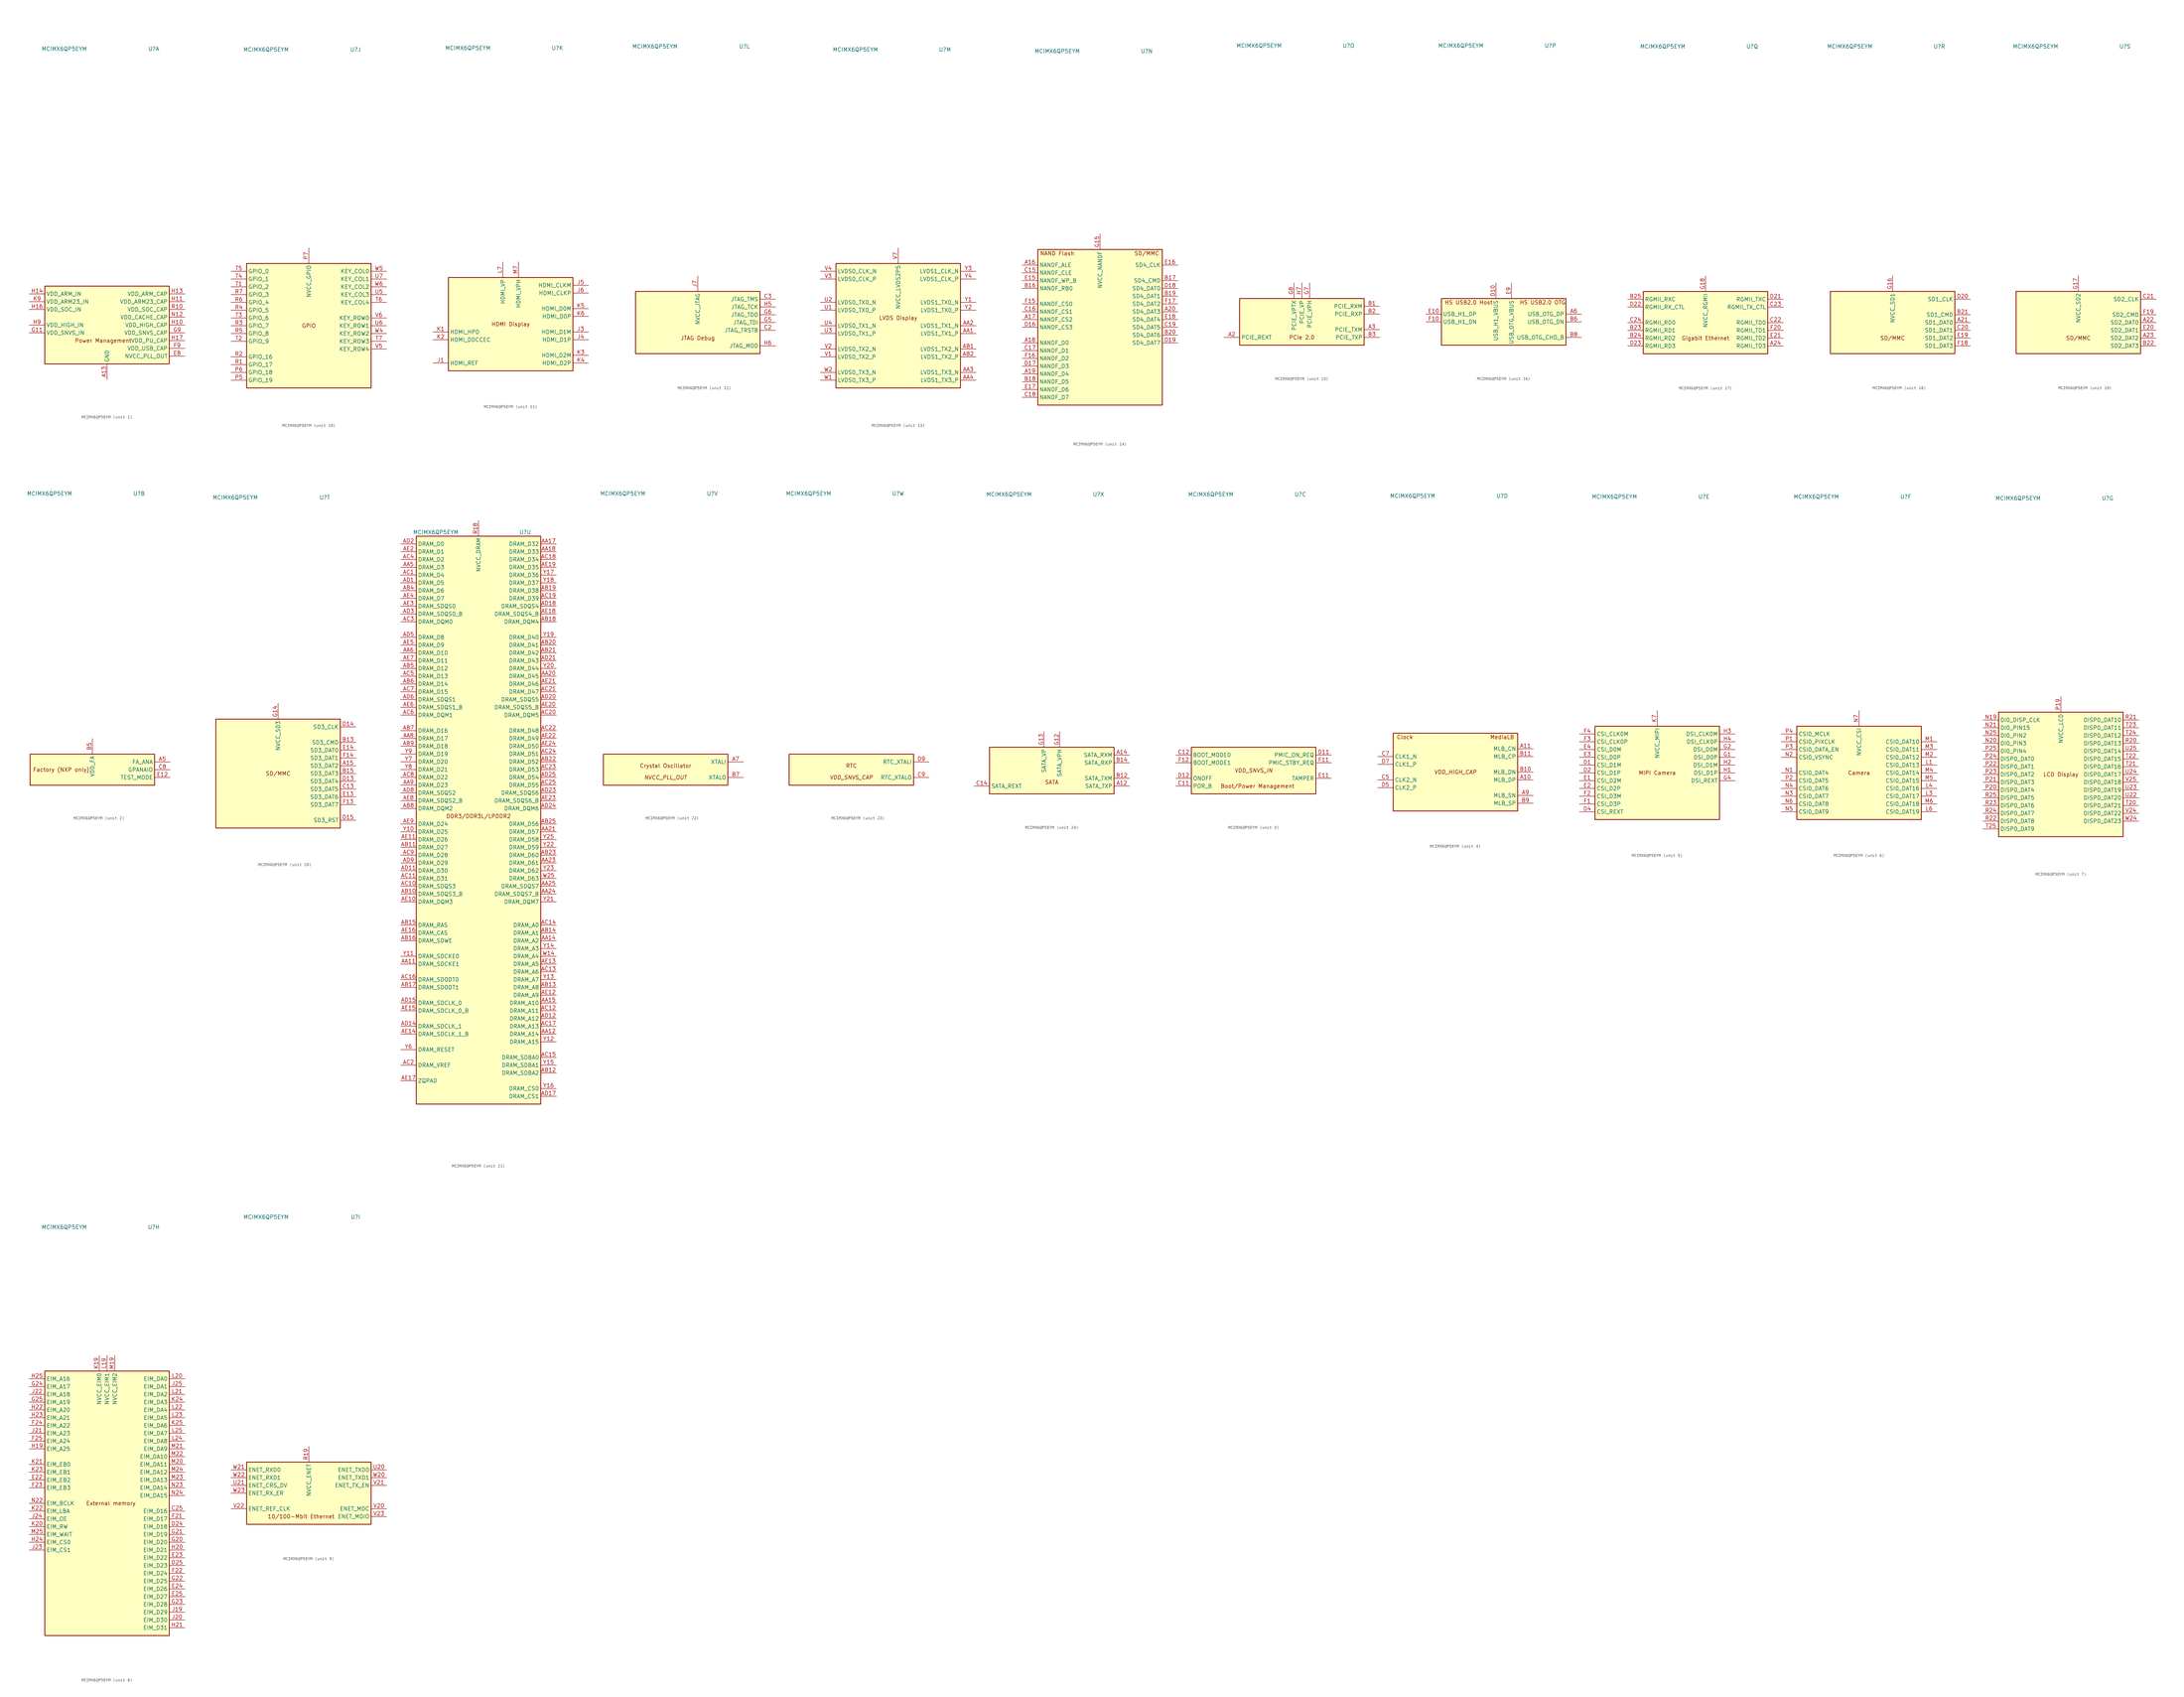
<source format=kicad_sym>
(kicad_symbol_lib
  (version 20241209)
  (generator "kicad_symbol_editor")
  (generator_version "9.0")
  (symbol "MCIMX6QP5EYM"
    (property "Reference" "U"
      (at 15.24 90.17 0)
      (effects (font (size 1.27 1.27))))
    (property "Value" "MCIMX6QP5EYM"
      (at -13.97 90.17 0)
      (effects (font (size 1.27 1.27))))
    (property "ki_locked" ""
      (at 0 0 0)
      (effects (font (size 1.27 1.27))))
    (symbol "MCIMX6QP5EYM_1_0"
      (text "Power Management" (at -1.27 -5.08 0) (effects (font (size 1.27 1.27)))))
    (symbol "MCIMX6QP5EYM_1_1"
      (rectangle (start -20.32 12.7) (end 20.32 -12.7) (stroke (width 0.254) (type default)) (fill (type background)))
      (pin power_in line (at -25.4 10.16 0) (length 5.08) (name "VDD_ARM_IN" (effects (font (size 1.27 1.27)))) (number "H14" (effects (font (size 1.27 1.27)))))
      (pin passive line (at -25.4 10.16 0) (length 5.08) (hide yes) (name "VDD_ARM_IN" (effects (font (size 1.27 1.27)))) (number "J14" (effects (font (size 1.27 1.27)))))
      (pin passive line (at -25.4 10.16 0) (length 5.08) (hide yes) (name "VDD_ARM_IN" (effects (font (size 1.27 1.27)))) (number "K14" (effects (font (size 1.27 1.27)))))
      (pin passive line (at -25.4 10.16 0) (length 5.08) (hide yes) (name "VDD_ARM_IN" (effects (font (size 1.27 1.27)))) (number "L14" (effects (font (size 1.27 1.27)))))
      (pin passive line (at -25.4 10.16 0) (length 5.08) (hide yes) (name "VDD_ARM_IN" (effects (font (size 1.27 1.27)))) (number "M14" (effects (font (size 1.27 1.27)))))
      (pin passive line (at -25.4 10.16 0) (length 5.08) (hide yes) (name "VDD_ARM_IN" (effects (font (size 1.27 1.27)))) (number "N14" (effects (font (size 1.27 1.27)))))
      (pin passive line (at -25.4 10.16 0) (length 5.08) (hide yes) (name "VDD_ARM_IN" (effects (font (size 1.27 1.27)))) (number "P14" (effects (font (size 1.27 1.27)))))
      (pin passive line (at -25.4 10.16 0) (length 5.08) (hide yes) (name "VDD_ARM_IN" (effects (font (size 1.27 1.27)))) (number "R14" (effects (font (size 1.27 1.27)))))
      (pin power_in line (at -25.4 7.62 0) (length 5.08) (name "VDD_ARM23_IN" (effects (font (size 1.27 1.27)))) (number "K9" (effects (font (size 1.27 1.27)))))
      (pin passive line (at -25.4 7.62 0) (length 5.08) (hide yes) (name "VDD_ARM23_IN" (effects (font (size 1.27 1.27)))) (number "L9" (effects (font (size 1.27 1.27)))))
      (pin passive line (at -25.4 7.62 0) (length 5.08) (hide yes) (name "VDD_ARM23_IN" (effects (font (size 1.27 1.27)))) (number "M9" (effects (font (size 1.27 1.27)))))
      (pin passive line (at -25.4 7.62 0) (length 5.08) (hide yes) (name "VDD_ARM23_IN" (effects (font (size 1.27 1.27)))) (number "N9" (effects (font (size 1.27 1.27)))))
      (pin passive line (at -25.4 7.62 0) (length 5.08) (hide yes) (name "VDD_ARM23_IN" (effects (font (size 1.27 1.27)))) (number "P9" (effects (font (size 1.27 1.27)))))
      (pin passive line (at -25.4 7.62 0) (length 5.08) (hide yes) (name "VDD_ARM23_IN" (effects (font (size 1.27 1.27)))) (number "R9" (effects (font (size 1.27 1.27)))))
      (pin passive line (at -25.4 7.62 0) (length 5.08) (hide yes) (name "VDD_ARM23_IN" (effects (font (size 1.27 1.27)))) (number "T9" (effects (font (size 1.27 1.27)))))
      (pin passive line (at -25.4 7.62 0) (length 5.08) (hide yes) (name "VDD_ARM23_IN" (effects (font (size 1.27 1.27)))) (number "U9" (effects (font (size 1.27 1.27)))))
      (pin power_in line (at -25.4 5.08 0) (length 5.08) (name "VDD_SOC_IN" (effects (font (size 1.27 1.27)))) (number "H16" (effects (font (size 1.27 1.27)))))
      (pin passive line (at -25.4 5.08 0) (length 5.08) (hide yes) (name "VDD_SOC_IN" (effects (font (size 1.27 1.27)))) (number "J16" (effects (font (size 1.27 1.27)))))
      (pin passive line (at -25.4 5.08 0) (length 5.08) (hide yes) (name "VDD_SOC_IN" (effects (font (size 1.27 1.27)))) (number "K16" (effects (font (size 1.27 1.27)))))
      (pin passive line (at -25.4 5.08 0) (length 5.08) (hide yes) (name "VDD_SOC_IN" (effects (font (size 1.27 1.27)))) (number "L16" (effects (font (size 1.27 1.27)))))
      (pin passive line (at -25.4 5.08 0) (length 5.08) (hide yes) (name "VDD_SOC_IN" (effects (font (size 1.27 1.27)))) (number "M16" (effects (font (size 1.27 1.27)))))
      (pin passive line (at -25.4 5.08 0) (length 5.08) (hide yes) (name "VDD_SOC_IN" (effects (font (size 1.27 1.27)))) (number "N16" (effects (font (size 1.27 1.27)))))
      (pin passive line (at -25.4 5.08 0) (length 5.08) (hide yes) (name "VDD_SOC_IN" (effects (font (size 1.27 1.27)))) (number "P16" (effects (font (size 1.27 1.27)))))
      (pin passive line (at -25.4 5.08 0) (length 5.08) (hide yes) (name "VDD_SOC_IN" (effects (font (size 1.27 1.27)))) (number "R16" (effects (font (size 1.27 1.27)))))
      (pin passive line (at -25.4 5.08 0) (length 5.08) (hide yes) (name "VDD_SOC_IN" (effects (font (size 1.27 1.27)))) (number "T16" (effects (font (size 1.27 1.27)))))
      (pin passive line (at -25.4 5.08 0) (length 5.08) (hide yes) (name "VDD_SOC_IN" (effects (font (size 1.27 1.27)))) (number "U16" (effects (font (size 1.27 1.27)))))
      (pin power_in line (at -25.4 0 0) (length 5.08) (name "VDD_HIGH_IN" (effects (font (size 1.27 1.27)))) (number "H9" (effects (font (size 1.27 1.27)))))
      (pin passive line (at -25.4 0 0) (length 5.08) (hide yes) (name "VDD_HIGH_IN" (effects (font (size 1.27 1.27)))) (number "J9" (effects (font (size 1.27 1.27)))))
      (pin power_in line (at -25.4 -2.54 0) (length 5.08) (name "VDD_SNVS_IN" (effects (font (size 1.27 1.27)))) (number "G11" (effects (font (size 1.27 1.27)))))
      (pin power_in line (at 0 -17.78 90) (length 5.08) (name "GND" (effects (font (size 1.27 1.27)))) (number "A13" (effects (font (size 1.27 1.27)))))
      (pin passive line (at 0 -17.78 90) (length 5.08) (hide yes) (name "GND" (effects (font (size 1.27 1.27)))) (number "A25" (effects (font (size 1.27 1.27)))))
      (pin passive line (at 0 -17.78 90) (length 5.08) (hide yes) (name "GND" (effects (font (size 1.27 1.27)))) (number "A4" (effects (font (size 1.27 1.27)))))
      (pin passive line (at 0 -17.78 90) (length 5.08) (hide yes) (name "GND" (effects (font (size 1.27 1.27)))) (number "A8" (effects (font (size 1.27 1.27)))))
      (pin passive line (at 0 -17.78 90) (length 5.08) (hide yes) (name "GND" (effects (font (size 1.27 1.27)))) (number "AA10" (effects (font (size 1.27 1.27)))))
      (pin passive line (at 0 -17.78 90) (length 5.08) (hide yes) (name "GND" (effects (font (size 1.27 1.27)))) (number "AA13" (effects (font (size 1.27 1.27)))))
      (pin passive line (at 0 -17.78 90) (length 5.08) (hide yes) (name "GND" (effects (font (size 1.27 1.27)))) (number "AA16" (effects (font (size 1.27 1.27)))))
      (pin passive line (at 0 -17.78 90) (length 5.08) (hide yes) (name "GND" (effects (font (size 1.27 1.27)))) (number "AA19" (effects (font (size 1.27 1.27)))))
      (pin passive line (at 0 -17.78 90) (length 5.08) (hide yes) (name "GND" (effects (font (size 1.27 1.27)))) (number "AA22" (effects (font (size 1.27 1.27)))))
      (pin passive line (at 0 -17.78 90) (length 5.08) (hide yes) (name "GND" (effects (font (size 1.27 1.27)))) (number "AA7" (effects (font (size 1.27 1.27)))))
      (pin passive line (at 0 -17.78 90) (length 5.08) (hide yes) (name "GND" (effects (font (size 1.27 1.27)))) (number "AB24" (effects (font (size 1.27 1.27)))))
      (pin passive line (at 0 -17.78 90) (length 5.08) (hide yes) (name "GND" (effects (font (size 1.27 1.27)))) (number "AB3" (effects (font (size 1.27 1.27)))))
      (pin passive line (at 0 -17.78 90) (length 5.08) (hide yes) (name "GND" (effects (font (size 1.27 1.27)))) (number "AD10" (effects (font (size 1.27 1.27)))))
      (pin passive line (at 0 -17.78 90) (length 5.08) (hide yes) (name "GND" (effects (font (size 1.27 1.27)))) (number "AD13" (effects (font (size 1.27 1.27)))))
      (pin passive line (at 0 -17.78 90) (length 5.08) (hide yes) (name "GND" (effects (font (size 1.27 1.27)))) (number "AD16" (effects (font (size 1.27 1.27)))))
      (pin passive line (at 0 -17.78 90) (length 5.08) (hide yes) (name "GND" (effects (font (size 1.27 1.27)))) (number "AD19" (effects (font (size 1.27 1.27)))))
      (pin passive line (at 0 -17.78 90) (length 5.08) (hide yes) (name "GND" (effects (font (size 1.27 1.27)))) (number "AD22" (effects (font (size 1.27 1.27)))))
      (pin passive line (at 0 -17.78 90) (length 5.08) (hide yes) (name "GND" (effects (font (size 1.27 1.27)))) (number "AD4" (effects (font (size 1.27 1.27)))))
      (pin passive line (at 0 -17.78 90) (length 5.08) (hide yes) (name "GND" (effects (font (size 1.27 1.27)))) (number "AD7" (effects (font (size 1.27 1.27)))))
      (pin passive line (at 0 -17.78 90) (length 5.08) (hide yes) (name "GND" (effects (font (size 1.27 1.27)))) (number "AE1" (effects (font (size 1.27 1.27)))))
      (pin passive line (at 0 -17.78 90) (length 5.08) (hide yes) (name "GND" (effects (font (size 1.27 1.27)))) (number "AE25" (effects (font (size 1.27 1.27)))))
      (pin passive line (at 0 -17.78 90) (length 5.08) (hide yes) (name "GND" (effects (font (size 1.27 1.27)))) (number "B4" (effects (font (size 1.27 1.27)))))
      (pin passive line (at 0 -17.78 90) (length 5.08) (hide yes) (name "GND" (effects (font (size 1.27 1.27)))) (number "C1" (effects (font (size 1.27 1.27)))))
      (pin passive line (at 0 -17.78 90) (length 5.08) (hide yes) (name "GND" (effects (font (size 1.27 1.27)))) (number "C10" (effects (font (size 1.27 1.27)))))
      (pin passive line (at 0 -17.78 90) (length 5.08) (hide yes) (name "GND" (effects (font (size 1.27 1.27)))) (number "C4" (effects (font (size 1.27 1.27)))))
      (pin passive line (at 0 -17.78 90) (length 5.08) (hide yes) (name "GND" (effects (font (size 1.27 1.27)))) (number "C6" (effects (font (size 1.27 1.27)))))
      (pin passive line (at 0 -17.78 90) (length 5.08) (hide yes) (name "GND" (effects (font (size 1.27 1.27)))) (number "D3" (effects (font (size 1.27 1.27)))))
      (pin passive line (at 0 -17.78 90) (length 5.08) (hide yes) (name "GND" (effects (font (size 1.27 1.27)))) (number "D6" (effects (font (size 1.27 1.27)))))
      (pin passive line (at 0 -17.78 90) (length 5.08) (hide yes) (name "GND" (effects (font (size 1.27 1.27)))) (number "D8" (effects (font (size 1.27 1.27)))))
      (pin passive line (at 0 -17.78 90) (length 5.08) (hide yes) (name "GND" (effects (font (size 1.27 1.27)))) (number "E5" (effects (font (size 1.27 1.27)))))
      (pin passive line (at 0 -17.78 90) (length 5.08) (hide yes) (name "GND" (effects (font (size 1.27 1.27)))) (number "E6" (effects (font (size 1.27 1.27)))))
      (pin passive line (at 0 -17.78 90) (length 5.08) (hide yes) (name "GND" (effects (font (size 1.27 1.27)))) (number "E7" (effects (font (size 1.27 1.27)))))
      (pin passive line (at 0 -17.78 90) (length 5.08) (hide yes) (name "GND" (effects (font (size 1.27 1.27)))) (number "F5" (effects (font (size 1.27 1.27)))))
      (pin passive line (at 0 -17.78 90) (length 5.08) (hide yes) (name "GND" (effects (font (size 1.27 1.27)))) (number "F6" (effects (font (size 1.27 1.27)))))
      (pin passive line (at 0 -17.78 90) (length 5.08) (hide yes) (name "GND" (effects (font (size 1.27 1.27)))) (number "F7" (effects (font (size 1.27 1.27)))))
      (pin passive line (at 0 -17.78 90) (length 5.08) (hide yes) (name "GND" (effects (font (size 1.27 1.27)))) (number "F8" (effects (font (size 1.27 1.27)))))
      (pin passive line (at 0 -17.78 90) (length 5.08) (hide yes) (name "GND" (effects (font (size 1.27 1.27)))) (number "G10" (effects (font (size 1.27 1.27)))))
      (pin passive line (at 0 -17.78 90) (length 5.08) (hide yes) (name "GND" (effects (font (size 1.27 1.27)))) (number "G19" (effects (font (size 1.27 1.27)))))
      (pin passive line (at 0 -17.78 90) (length 5.08) (hide yes) (name "GND" (effects (font (size 1.27 1.27)))) (number "G3" (effects (font (size 1.27 1.27)))))
      (pin passive line (at 0 -17.78 90) (length 5.08) (hide yes) (name "GND" (effects (font (size 1.27 1.27)))) (number "H12" (effects (font (size 1.27 1.27)))))
      (pin passive line (at 0 -17.78 90) (length 5.08) (hide yes) (name "GND" (effects (font (size 1.27 1.27)))) (number "H15" (effects (font (size 1.27 1.27)))))
      (pin passive line (at 0 -17.78 90) (length 5.08) (hide yes) (name "GND" (effects (font (size 1.27 1.27)))) (number "H18" (effects (font (size 1.27 1.27)))))
      (pin passive line (at 0 -17.78 90) (length 5.08) (hide yes) (name "GND" (effects (font (size 1.27 1.27)))) (number "H8" (effects (font (size 1.27 1.27)))))
      (pin passive line (at 0 -17.78 90) (length 5.08) (hide yes) (name "GND" (effects (font (size 1.27 1.27)))) (number "J12" (effects (font (size 1.27 1.27)))))
      (pin passive line (at 0 -17.78 90) (length 5.08) (hide yes) (name "GND" (effects (font (size 1.27 1.27)))) (number "J15" (effects (font (size 1.27 1.27)))))
      (pin passive line (at 0 -17.78 90) (length 5.08) (hide yes) (name "GND" (effects (font (size 1.27 1.27)))) (number "J18" (effects (font (size 1.27 1.27)))))
      (pin passive line (at 0 -17.78 90) (length 5.08) (hide yes) (name "GND" (effects (font (size 1.27 1.27)))) (number "J2" (effects (font (size 1.27 1.27)))))
      (pin passive line (at 0 -17.78 90) (length 5.08) (hide yes) (name "GND" (effects (font (size 1.27 1.27)))) (number "J8" (effects (font (size 1.27 1.27)))))
      (pin passive line (at 0 -17.78 90) (length 5.08) (hide yes) (name "GND" (effects (font (size 1.27 1.27)))) (number "K10" (effects (font (size 1.27 1.27)))))
      (pin passive line (at 0 -17.78 90) (length 5.08) (hide yes) (name "GND" (effects (font (size 1.27 1.27)))) (number "K12" (effects (font (size 1.27 1.27)))))
      (pin passive line (at 0 -17.78 90) (length 5.08) (hide yes) (name "GND" (effects (font (size 1.27 1.27)))) (number "K15" (effects (font (size 1.27 1.27)))))
      (pin passive line (at 0 -17.78 90) (length 5.08) (hide yes) (name "GND" (effects (font (size 1.27 1.27)))) (number "K18" (effects (font (size 1.27 1.27)))))
      (pin passive line (at 0 -17.78 90) (length 5.08) (hide yes) (name "GND" (effects (font (size 1.27 1.27)))) (number "K8" (effects (font (size 1.27 1.27)))))
      (pin passive line (at 0 -17.78 90) (length 5.08) (hide yes) (name "GND" (effects (font (size 1.27 1.27)))) (number "L10" (effects (font (size 1.27 1.27)))))
      (pin passive line (at 0 -17.78 90) (length 5.08) (hide yes) (name "GND" (effects (font (size 1.27 1.27)))) (number "L12" (effects (font (size 1.27 1.27)))))
      (pin passive line (at 0 -17.78 90) (length 5.08) (hide yes) (name "GND" (effects (font (size 1.27 1.27)))) (number "L15" (effects (font (size 1.27 1.27)))))
      (pin passive line (at 0 -17.78 90) (length 5.08) (hide yes) (name "GND" (effects (font (size 1.27 1.27)))) (number "L18" (effects (font (size 1.27 1.27)))))
      (pin passive line (at 0 -17.78 90) (length 5.08) (hide yes) (name "GND" (effects (font (size 1.27 1.27)))) (number "L2" (effects (font (size 1.27 1.27)))))
      (pin passive line (at 0 -17.78 90) (length 5.08) (hide yes) (name "GND" (effects (font (size 1.27 1.27)))) (number "L5" (effects (font (size 1.27 1.27)))))
      (pin passive line (at 0 -17.78 90) (length 5.08) (hide yes) (name "GND" (effects (font (size 1.27 1.27)))) (number "L8" (effects (font (size 1.27 1.27)))))
      (pin passive line (at 0 -17.78 90) (length 5.08) (hide yes) (name "GND" (effects (font (size 1.27 1.27)))) (number "M10" (effects (font (size 1.27 1.27)))))
      (pin passive line (at 0 -17.78 90) (length 5.08) (hide yes) (name "GND" (effects (font (size 1.27 1.27)))) (number "M12" (effects (font (size 1.27 1.27)))))
      (pin passive line (at 0 -17.78 90) (length 5.08) (hide yes) (name "GND" (effects (font (size 1.27 1.27)))) (number "M15" (effects (font (size 1.27 1.27)))))
      (pin passive line (at 0 -17.78 90) (length 5.08) (hide yes) (name "GND" (effects (font (size 1.27 1.27)))) (number "M18" (effects (font (size 1.27 1.27)))))
      (pin passive line (at 0 -17.78 90) (length 5.08) (hide yes) (name "GND" (effects (font (size 1.27 1.27)))) (number "M8" (effects (font (size 1.27 1.27)))))
      (pin passive line (at 0 -17.78 90) (length 5.08) (hide yes) (name "GND" (effects (font (size 1.27 1.27)))) (number "N10" (effects (font (size 1.27 1.27)))))
      (pin passive line (at 0 -17.78 90) (length 5.08) (hide yes) (name "GND" (effects (font (size 1.27 1.27)))) (number "N15" (effects (font (size 1.27 1.27)))))
      (pin passive line (at 0 -17.78 90) (length 5.08) (hide yes) (name "GND" (effects (font (size 1.27 1.27)))) (number "N18" (effects (font (size 1.27 1.27)))))
      (pin passive line (at 0 -17.78 90) (length 5.08) (hide yes) (name "GND" (effects (font (size 1.27 1.27)))) (number "N8" (effects (font (size 1.27 1.27)))))
      (pin passive line (at 0 -17.78 90) (length 5.08) (hide yes) (name "GND" (effects (font (size 1.27 1.27)))) (number "P10" (effects (font (size 1.27 1.27)))))
      (pin passive line (at 0 -17.78 90) (length 5.08) (hide yes) (name "GND" (effects (font (size 1.27 1.27)))) (number "P12" (effects (font (size 1.27 1.27)))))
      (pin passive line (at 0 -17.78 90) (length 5.08) (hide yes) (name "GND" (effects (font (size 1.27 1.27)))) (number "P15" (effects (font (size 1.27 1.27)))))
      (pin passive line (at 0 -17.78 90) (length 5.08) (hide yes) (name "GND" (effects (font (size 1.27 1.27)))) (number "P18" (effects (font (size 1.27 1.27)))))
      (pin passive line (at 0 -17.78 90) (length 5.08) (hide yes) (name "GND" (effects (font (size 1.27 1.27)))) (number "P8" (effects (font (size 1.27 1.27)))))
      (pin passive line (at 0 -17.78 90) (length 5.08) (hide yes) (name "GND" (effects (font (size 1.27 1.27)))) (number "R12" (effects (font (size 1.27 1.27)))))
      (pin passive line (at 0 -17.78 90) (length 5.08) (hide yes) (name "GND" (effects (font (size 1.27 1.27)))) (number "R15" (effects (font (size 1.27 1.27)))))
      (pin passive line (at 0 -17.78 90) (length 5.08) (hide yes) (name "GND" (effects (font (size 1.27 1.27)))) (number "R17" (effects (font (size 1.27 1.27)))))
      (pin passive line (at 0 -17.78 90) (length 5.08) (hide yes) (name "GND" (effects (font (size 1.27 1.27)))) (number "R8" (effects (font (size 1.27 1.27)))))
      (pin passive line (at 0 -17.78 90) (length 5.08) (hide yes) (name "GND" (effects (font (size 1.27 1.27)))) (number "T11" (effects (font (size 1.27 1.27)))))
      (pin passive line (at 0 -17.78 90) (length 5.08) (hide yes) (name "GND" (effects (font (size 1.27 1.27)))) (number "T12" (effects (font (size 1.27 1.27)))))
      (pin passive line (at 0 -17.78 90) (length 5.08) (hide yes) (name "GND" (effects (font (size 1.27 1.27)))) (number "T15" (effects (font (size 1.27 1.27)))))
      (pin passive line (at 0 -17.78 90) (length 5.08) (hide yes) (name "GND" (effects (font (size 1.27 1.27)))) (number "T17" (effects (font (size 1.27 1.27)))))
      (pin passive line (at 0 -17.78 90) (length 5.08) (hide yes) (name "GND" (effects (font (size 1.27 1.27)))) (number "T19" (effects (font (size 1.27 1.27)))))
      (pin passive line (at 0 -17.78 90) (length 5.08) (hide yes) (name "GND" (effects (font (size 1.27 1.27)))) (number "T8" (effects (font (size 1.27 1.27)))))
      (pin passive line (at 0 -17.78 90) (length 5.08) (hide yes) (name "GND" (effects (font (size 1.27 1.27)))) (number "U11" (effects (font (size 1.27 1.27)))))
      (pin passive line (at 0 -17.78 90) (length 5.08) (hide yes) (name "GND" (effects (font (size 1.27 1.27)))) (number "U12" (effects (font (size 1.27 1.27)))))
      (pin passive line (at 0 -17.78 90) (length 5.08) (hide yes) (name "GND" (effects (font (size 1.27 1.27)))) (number "U15" (effects (font (size 1.27 1.27)))))
      (pin passive line (at 0 -17.78 90) (length 5.08) (hide yes) (name "GND" (effects (font (size 1.27 1.27)))) (number "U17" (effects (font (size 1.27 1.27)))))
      (pin passive line (at 0 -17.78 90) (length 5.08) (hide yes) (name "GND" (effects (font (size 1.27 1.27)))) (number "U19" (effects (font (size 1.27 1.27)))))
      (pin passive line (at 0 -17.78 90) (length 5.08) (hide yes) (name "GND" (effects (font (size 1.27 1.27)))) (number "U8" (effects (font (size 1.27 1.27)))))
      (pin passive line (at 0 -17.78 90) (length 5.08) (hide yes) (name "GND" (effects (font (size 1.27 1.27)))) (number "V19" (effects (font (size 1.27 1.27)))))
      (pin passive line (at 0 -17.78 90) (length 5.08) (hide yes) (name "GND" (effects (font (size 1.27 1.27)))) (number "V8" (effects (font (size 1.27 1.27)))))
      (pin passive line (at 0 -17.78 90) (length 5.08) (hide yes) (name "GND" (effects (font (size 1.27 1.27)))) (number "W10" (effects (font (size 1.27 1.27)))))
      (pin passive line (at 0 -17.78 90) (length 5.08) (hide yes) (name "GND" (effects (font (size 1.27 1.27)))) (number "W11" (effects (font (size 1.27 1.27)))))
      (pin passive line (at 0 -17.78 90) (length 5.08) (hide yes) (name "GND" (effects (font (size 1.27 1.27)))) (number "W12" (effects (font (size 1.27 1.27)))))
      (pin passive line (at 0 -17.78 90) (length 5.08) (hide yes) (name "GND" (effects (font (size 1.27 1.27)))) (number "W13" (effects (font (size 1.27 1.27)))))
      (pin passive line (at 0 -17.78 90) (length 5.08) (hide yes) (name "GND" (effects (font (size 1.27 1.27)))) (number "W15" (effects (font (size 1.27 1.27)))))
      (pin passive line (at 0 -17.78 90) (length 5.08) (hide yes) (name "GND" (effects (font (size 1.27 1.27)))) (number "W16" (effects (font (size 1.27 1.27)))))
      (pin passive line (at 0 -17.78 90) (length 5.08) (hide yes) (name "GND" (effects (font (size 1.27 1.27)))) (number "W17" (effects (font (size 1.27 1.27)))))
      (pin passive line (at 0 -17.78 90) (length 5.08) (hide yes) (name "GND" (effects (font (size 1.27 1.27)))) (number "W18" (effects (font (size 1.27 1.27)))))
      (pin passive line (at 0 -17.78 90) (length 5.08) (hide yes) (name "GND" (effects (font (size 1.27 1.27)))) (number "W19" (effects (font (size 1.27 1.27)))))
      (pin passive line (at 0 -17.78 90) (length 5.08) (hide yes) (name "GND" (effects (font (size 1.27 1.27)))) (number "W3" (effects (font (size 1.27 1.27)))))
      (pin passive line (at 0 -17.78 90) (length 5.08) (hide yes) (name "GND" (effects (font (size 1.27 1.27)))) (number "W7" (effects (font (size 1.27 1.27)))))
      (pin passive line (at 0 -17.78 90) (length 5.08) (hide yes) (name "GND" (effects (font (size 1.27 1.27)))) (number "W8" (effects (font (size 1.27 1.27)))))
      (pin passive line (at 0 -17.78 90) (length 5.08) (hide yes) (name "GND" (effects (font (size 1.27 1.27)))) (number "W9" (effects (font (size 1.27 1.27)))))
      (pin passive line (at 0 -17.78 90) (length 5.08) (hide yes) (name "GND" (effects (font (size 1.27 1.27)))) (number "Y24" (effects (font (size 1.27 1.27)))))
      (pin passive line (at 0 -17.78 90) (length 5.08) (hide yes) (name "GND" (effects (font (size 1.27 1.27)))) (number "Y5" (effects (font (size 1.27 1.27)))))
      (pin power_out line (at 25.4 10.16 180) (length 5.08) (name "VDD_ARM_CAP" (effects (font (size 1.27 1.27)))) (number "H13" (effects (font (size 1.27 1.27)))))
      (pin passive line (at 25.4 10.16 180) (length 5.08) (hide yes) (name "VDD_ARM_CAP" (effects (font (size 1.27 1.27)))) (number "J13" (effects (font (size 1.27 1.27)))))
      (pin passive line (at 25.4 10.16 180) (length 5.08) (hide yes) (name "VDD_ARM_CAP" (effects (font (size 1.27 1.27)))) (number "K13" (effects (font (size 1.27 1.27)))))
      (pin passive line (at 25.4 10.16 180) (length 5.08) (hide yes) (name "VDD_ARM_CAP" (effects (font (size 1.27 1.27)))) (number "L13" (effects (font (size 1.27 1.27)))))
      (pin passive line (at 25.4 10.16 180) (length 5.08) (hide yes) (name "VDD_ARM_CAP" (effects (font (size 1.27 1.27)))) (number "M13" (effects (font (size 1.27 1.27)))))
      (pin passive line (at 25.4 10.16 180) (length 5.08) (hide yes) (name "VDD_ARM_CAP" (effects (font (size 1.27 1.27)))) (number "N13" (effects (font (size 1.27 1.27)))))
      (pin passive line (at 25.4 10.16 180) (length 5.08) (hide yes) (name "VDD_ARM_CAP" (effects (font (size 1.27 1.27)))) (number "P13" (effects (font (size 1.27 1.27)))))
      (pin passive line (at 25.4 10.16 180) (length 5.08) (hide yes) (name "VDD_ARM_CAP" (effects (font (size 1.27 1.27)))) (number "R13" (effects (font (size 1.27 1.27)))))
      (pin power_out line (at 25.4 7.62 180) (length 5.08) (name "VDD_ARM23_CAP" (effects (font (size 1.27 1.27)))) (number "H11" (effects (font (size 1.27 1.27)))))
      (pin passive line (at 25.4 7.62 180) (length 5.08) (hide yes) (name "VDD_ARM23_CAP" (effects (font (size 1.27 1.27)))) (number "J11" (effects (font (size 1.27 1.27)))))
      (pin passive line (at 25.4 7.62 180) (length 5.08) (hide yes) (name "VDD_ARM23_CAP" (effects (font (size 1.27 1.27)))) (number "K11" (effects (font (size 1.27 1.27)))))
      (pin passive line (at 25.4 7.62 180) (length 5.08) (hide yes) (name "VDD_ARM23_CAP" (effects (font (size 1.27 1.27)))) (number "L11" (effects (font (size 1.27 1.27)))))
      (pin passive line (at 25.4 7.62 180) (length 5.08) (hide yes) (name "VDD_ARM23_CAP" (effects (font (size 1.27 1.27)))) (number "M11" (effects (font (size 1.27 1.27)))))
      (pin passive line (at 25.4 7.62 180) (length 5.08) (hide yes) (name "VDD_ARM23_CAP" (effects (font (size 1.27 1.27)))) (number "N11" (effects (font (size 1.27 1.27)))))
      (pin passive line (at 25.4 7.62 180) (length 5.08) (hide yes) (name "VDD_ARM23_CAP" (effects (font (size 1.27 1.27)))) (number "P11" (effects (font (size 1.27 1.27)))))
      (pin passive line (at 25.4 7.62 180) (length 5.08) (hide yes) (name "VDD_ARM23_CAP" (effects (font (size 1.27 1.27)))) (number "R11" (effects (font (size 1.27 1.27)))))
      (pin power_out line (at 25.4 5.08 180) (length 5.08) (name "VDD_SOC_CAP" (effects (font (size 1.27 1.27)))) (number "R10" (effects (font (size 1.27 1.27)))))
      (pin passive line (at 25.4 5.08 180) (length 5.08) (hide yes) (name "VDD_SOC_CAP" (effects (font (size 1.27 1.27)))) (number "T10" (effects (font (size 1.27 1.27)))))
      (pin passive line (at 25.4 5.08 180) (length 5.08) (hide yes) (name "VDD_SOC_CAP" (effects (font (size 1.27 1.27)))) (number "T13" (effects (font (size 1.27 1.27)))))
      (pin passive line (at 25.4 5.08 180) (length 5.08) (hide yes) (name "VDD_SOC_CAP" (effects (font (size 1.27 1.27)))) (number "T14" (effects (font (size 1.27 1.27)))))
      (pin passive line (at 25.4 5.08 180) (length 5.08) (hide yes) (name "VDD_SOC_CAP" (effects (font (size 1.27 1.27)))) (number "U10" (effects (font (size 1.27 1.27)))))
      (pin passive line (at 25.4 5.08 180) (length 5.08) (hide yes) (name "VDD_SOC_CAP" (effects (font (size 1.27 1.27)))) (number "U13" (effects (font (size 1.27 1.27)))))
      (pin passive line (at 25.4 5.08 180) (length 5.08) (hide yes) (name "VDD_SOC_CAP" (effects (font (size 1.27 1.27)))) (number "U14" (effects (font (size 1.27 1.27)))))
      (pin power_in line (at 25.4 2.54 180) (length 5.08) (name "VDD_CACHE_CAP" (effects (font (size 1.27 1.27)))) (number "N12" (effects (font (size 1.27 1.27)))))
      (pin power_out line (at 25.4 0 180) (length 5.08) (name "VDD_HIGH_CAP" (effects (font (size 1.27 1.27)))) (number "H10" (effects (font (size 1.27 1.27)))))
      (pin passive line (at 25.4 0 180) (length 5.08) (hide yes) (name "VDD_HIGH_CAP" (effects (font (size 1.27 1.27)))) (number "J10" (effects (font (size 1.27 1.27)))))
      (pin power_out line (at 25.4 -2.54 180) (length 5.08) (name "VDD_SNVS_CAP" (effects (font (size 1.27 1.27)))) (number "G9" (effects (font (size 1.27 1.27)))))
      (pin power_out line (at 25.4 -5.08 180) (length 5.08) (name "VDD_PU_CAP" (effects (font (size 1.27 1.27)))) (number "H17" (effects (font (size 1.27 1.27)))))
      (pin passive line (at 25.4 -5.08 180) (length 5.08) (hide yes) (name "VDD_PU_CAP" (effects (font (size 1.27 1.27)))) (number "J17" (effects (font (size 1.27 1.27)))))
      (pin passive line (at 25.4 -5.08 180) (length 5.08) (hide yes) (name "VDD_PU_CAP" (effects (font (size 1.27 1.27)))) (number "K17" (effects (font (size 1.27 1.27)))))
      (pin passive line (at 25.4 -5.08 180) (length 5.08) (hide yes) (name "VDD_PU_CAP" (effects (font (size 1.27 1.27)))) (number "L17" (effects (font (size 1.27 1.27)))))
      (pin passive line (at 25.4 -5.08 180) (length 5.08) (hide yes) (name "VDD_PU_CAP" (effects (font (size 1.27 1.27)))) (number "M17" (effects (font (size 1.27 1.27)))))
      (pin passive line (at 25.4 -5.08 180) (length 5.08) (hide yes) (name "VDD_PU_CAP" (effects (font (size 1.27 1.27)))) (number "N17" (effects (font (size 1.27 1.27)))))
      (pin passive line (at 25.4 -5.08 180) (length 5.08) (hide yes) (name "VDD_PU_CAP" (effects (font (size 1.27 1.27)))) (number "P17" (effects (font (size 1.27 1.27)))))
      (pin power_out line (at 25.4 -7.62 180) (length 5.08) (name "VDD_USB_CAP" (effects (font (size 1.27 1.27)))) (number "F9" (effects (font (size 1.27 1.27)))))
      (pin power_out line (at 25.4 -10.16 180) (length 5.08) (name "NVCC_PLL_OUT" (effects (font (size 1.27 1.27)))) (number "E8" (effects (font (size 1.27 1.27))))))
    (symbol "MCIMX6QP5EYM_2_0"
      (text "Factory (NXP only)" (at -10.16 0 0) (effects (font (size 1.27 1.27)))))
    (symbol "MCIMX6QP5EYM_2_1"
      (rectangle (start -20.32 5.08) (end 20.32 -5.08) (stroke (width 0.254) (type default)) (fill (type background)))
      (pin passive line (at 0 10.16 270) (length 5.08) (name "VDD_FA" (effects (font (size 1.27 1.27)))) (number "B5" (effects (font (size 1.27 1.27)))))
      (pin passive line (at 25.4 2.54 180) (length 5.08) (name "FA_ANA" (effects (font (size 1.27 1.27)))) (number "A5" (effects (font (size 1.27 1.27)))))
      (pin passive line (at 25.4 0 180) (length 5.08) (name "GPANAIO" (effects (font (size 1.27 1.27)))) (number "C8" (effects (font (size 1.27 1.27)))))
      (pin passive line (at 25.4 -2.54 180) (length 5.08) (name "TEST_MODE" (effects (font (size 1.27 1.27)))) (number "E12" (effects (font (size 1.27 1.27))))))
    (symbol "MCIMX6QP5EYM_3_0"
      (text "Boot/Power Management" (at 1.27 -5.08 0) (effects (font (size 1.27 1.27)))))
    (symbol "MCIMX6QP5EYM_3_1"
      (rectangle (start -20.32 7.62) (end 20.32 -7.62) (stroke (width 0.254) (type default)) (fill (type background)))
      (text "VDD_SNVS_IN" (at 0 0 0) (effects (font (size 1.27 1.27) (italic yes))))
      (pin input line (at -25.4 5.08 0) (length 5.08) (name "BOOT_MODE0" (effects (font (size 1.27 1.27)))) (number "C12" (effects (font (size 1.27 1.27)))))
      (pin input line (at -25.4 2.54 0) (length 5.08) (name "BOOT_MODE1" (effects (font (size 1.27 1.27)))) (number "F12" (effects (font (size 1.27 1.27)))))
      (pin input line (at -25.4 -2.54 0) (length 5.08) (name "ONOFF" (effects (font (size 1.27 1.27)))) (number "D12" (effects (font (size 1.27 1.27)))))
      (pin input line (at -25.4 -5.08 0) (length 5.08) (name "POR_B" (effects (font (size 1.27 1.27)))) (number "C11" (effects (font (size 1.27 1.27)))))
      (pin output line (at 25.4 5.08 180) (length 5.08) (name "PMIC_ON_REQ" (effects (font (size 1.27 1.27)))) (number "D11" (effects (font (size 1.27 1.27)))))
      (pin output line (at 25.4 2.54 180) (length 5.08) (name "PMIC_STBY_REQ" (effects (font (size 1.27 1.27)))) (number "F11" (effects (font (size 1.27 1.27)))))
      (pin input line (at 25.4 -2.54 180) (length 5.08) (name "TAMPER" (effects (font (size 1.27 1.27)))) (number "E11" (effects (font (size 1.27 1.27))))))
    (symbol "MCIMX6QP5EYM_4_0"
      (text "Clock" (at -16.51 11.43 0) (effects (font (size 1.27 1.27))))
      (text "MediaLB" (at 15.24 11.43 0) (effects (font (size 1.27 1.27)))))
    (symbol "MCIMX6QP5EYM_4_1"
      (rectangle (start -20.32 12.7) (end 20.32 -12.7) (stroke (width 0.254) (type default)) (fill (type background)))
      (text "VDD_HIGH_CAP" (at 0 0 0) (effects (font (size 1.27 1.27) (italic yes))))
      (pin bidirectional line (at -25.4 5.08 0) (length 5.08) (name "CLK1_N" (effects (font (size 1.27 1.27)))) (number "C7" (effects (font (size 1.27 1.27)))))
      (pin bidirectional line (at -25.4 2.54 0) (length 5.08) (name "CLK1_P" (effects (font (size 1.27 1.27)))) (number "D7" (effects (font (size 1.27 1.27)))))
      (pin bidirectional line (at -25.4 -2.54 0) (length 5.08) (name "CLK2_N" (effects (font (size 1.27 1.27)))) (number "C5" (effects (font (size 1.27 1.27)))))
      (pin bidirectional line (at -25.4 -5.08 0) (length 5.08) (name "CLK2_P" (effects (font (size 1.27 1.27)))) (number "D5" (effects (font (size 1.27 1.27)))))
      (pin input line (at 25.4 7.62 180) (length 5.08) (name "MLB_CN" (effects (font (size 1.27 1.27)))) (number "A11" (effects (font (size 1.27 1.27)))))
      (pin input line (at 25.4 5.08 180) (length 5.08) (name "MLB_CP" (effects (font (size 1.27 1.27)))) (number "B11" (effects (font (size 1.27 1.27)))))
      (pin bidirectional line (at 25.4 0 180) (length 5.08) (name "MLB_DN" (effects (font (size 1.27 1.27)))) (number "B10" (effects (font (size 1.27 1.27)))))
      (pin bidirectional line (at 25.4 -2.54 180) (length 5.08) (name "MLB_DP" (effects (font (size 1.27 1.27)))) (number "A10" (effects (font (size 1.27 1.27)))))
      (pin bidirectional line (at 25.4 -7.62 180) (length 5.08) (name "MLB_SN" (effects (font (size 1.27 1.27)))) (number "A9" (effects (font (size 1.27 1.27)))))
      (pin bidirectional line (at 25.4 -10.16 180) (length 5.08) (name "MLB_SP" (effects (font (size 1.27 1.27)))) (number "B9" (effects (font (size 1.27 1.27))))))
    (symbol "MCIMX6QP5EYM_5_0"
      (text "MIPI Camera" (at 0 0 0) (effects (font (size 1.27 1.27)))))
    (symbol "MCIMX6QP5EYM_5_1"
      (rectangle (start -20.32 15.24) (end 20.32 -15.24) (stroke (width 0.254) (type default)) (fill (type background)))
      (pin input line (at -25.4 12.7 0) (length 5.08) (name "CSI_CLK0M" (effects (font (size 1.27 1.27)))) (number "F4" (effects (font (size 1.27 1.27)))))
      (pin input line (at -25.4 10.16 0) (length 5.08) (name "CSI_CLK0P" (effects (font (size 1.27 1.27)))) (number "F3" (effects (font (size 1.27 1.27)))))
      (pin input line (at -25.4 7.62 0) (length 5.08) (name "CSI_D0M" (effects (font (size 1.27 1.27)))) (number "E4" (effects (font (size 1.27 1.27)))))
      (pin input line (at -25.4 5.08 0) (length 5.08) (name "CSI_D0P" (effects (font (size 1.27 1.27)))) (number "E3" (effects (font (size 1.27 1.27)))))
      (pin input line (at -25.4 2.54 0) (length 5.08) (name "CSI_D1M" (effects (font (size 1.27 1.27)))) (number "D1" (effects (font (size 1.27 1.27)))))
      (pin input line (at -25.4 0 0) (length 5.08) (name "CSI_D1P" (effects (font (size 1.27 1.27)))) (number "D2" (effects (font (size 1.27 1.27)))))
      (pin input line (at -25.4 -2.54 0) (length 5.08) (name "CSI_D2M" (effects (font (size 1.27 1.27)))) (number "E1" (effects (font (size 1.27 1.27)))))
      (pin input line (at -25.4 -5.08 0) (length 5.08) (name "CSI_D2P" (effects (font (size 1.27 1.27)))) (number "E2" (effects (font (size 1.27 1.27)))))
      (pin input line (at -25.4 -7.62 0) (length 5.08) (name "CSI_D3M" (effects (font (size 1.27 1.27)))) (number "F2" (effects (font (size 1.27 1.27)))))
      (pin input line (at -25.4 -10.16 0) (length 5.08) (name "CSI_D3P" (effects (font (size 1.27 1.27)))) (number "F1" (effects (font (size 1.27 1.27)))))
      (pin passive line (at -25.4 -12.7 0) (length 5.08) (name "CSI_REXT" (effects (font (size 1.27 1.27)))) (number "D4" (effects (font (size 1.27 1.27)))))
      (pin power_in line (at 0 20.32 270) (length 5.08) (name "NVCC_MIPI" (effects (font (size 1.27 1.27)))) (number "K7" (effects (font (size 1.27 1.27)))))
      (pin output line (at 25.4 12.7 180) (length 5.08) (name "DSI_CLK0M" (effects (font (size 1.27 1.27)))) (number "H3" (effects (font (size 1.27 1.27)))))
      (pin output line (at 25.4 10.16 180) (length 5.08) (name "DSI_CLK0P" (effects (font (size 1.27 1.27)))) (number "H4" (effects (font (size 1.27 1.27)))))
      (pin output line (at 25.4 7.62 180) (length 5.08) (name "DSI_D0M" (effects (font (size 1.27 1.27)))) (number "G2" (effects (font (size 1.27 1.27)))))
      (pin output line (at 25.4 5.08 180) (length 5.08) (name "DSI_D0P" (effects (font (size 1.27 1.27)))) (number "G1" (effects (font (size 1.27 1.27)))))
      (pin output line (at 25.4 2.54 180) (length 5.08) (name "DSI_D1M" (effects (font (size 1.27 1.27)))) (number "H2" (effects (font (size 1.27 1.27)))))
      (pin output line (at 25.4 0 180) (length 5.08) (name "DSI_D1P" (effects (font (size 1.27 1.27)))) (number "H1" (effects (font (size 1.27 1.27)))))
      (pin passive line (at 25.4 -2.54 180) (length 5.08) (name "DSI_REXT" (effects (font (size 1.27 1.27)))) (number "G4" (effects (font (size 1.27 1.27))))))
    (symbol "MCIMX6QP5EYM_6_0"
      (text "Camera" (at 0 0 0) (effects (font (size 1.27 1.27)))))
    (symbol "MCIMX6QP5EYM_6_1"
      (rectangle (start -20.32 15.24) (end 20.32 -15.24) (stroke (width 0.254) (type default)) (fill (type background)))
      (pin bidirectional line (at -25.4 12.7 0) (length 5.08) (name "CSI0_MCLK" (effects (font (size 1.27 1.27)))) (number "P4" (effects (font (size 1.27 1.27)))))
      (pin bidirectional line (at -25.4 10.16 0) (length 5.08) (name "CSI0_PIXCLK" (effects (font (size 1.27 1.27)))) (number "P1" (effects (font (size 1.27 1.27)))))
      (pin bidirectional line (at -25.4 7.62 0) (length 5.08) (name "CSI0_DATA_EN" (effects (font (size 1.27 1.27)))) (number "P3" (effects (font (size 1.27 1.27)))))
      (pin bidirectional line (at -25.4 5.08 0) (length 5.08) (name "CSI0_VSYNC" (effects (font (size 1.27 1.27)))) (number "N2" (effects (font (size 1.27 1.27)))))
      (pin bidirectional line (at -25.4 0 0) (length 5.08) (name "CSI0_DAT4" (effects (font (size 1.27 1.27)))) (number "N1" (effects (font (size 1.27 1.27)))))
      (pin bidirectional line (at -25.4 -2.54 0) (length 5.08) (name "CSI0_DAT5" (effects (font (size 1.27 1.27)))) (number "P2" (effects (font (size 1.27 1.27)))))
      (pin bidirectional line (at -25.4 -5.08 0) (length 5.08) (name "CSI0_DAT6" (effects (font (size 1.27 1.27)))) (number "N4" (effects (font (size 1.27 1.27)))))
      (pin bidirectional line (at -25.4 -7.62 0) (length 5.08) (name "CSI0_DAT7" (effects (font (size 1.27 1.27)))) (number "N3" (effects (font (size 1.27 1.27)))))
      (pin bidirectional line (at -25.4 -10.16 0) (length 5.08) (name "CSI0_DAT8" (effects (font (size 1.27 1.27)))) (number "N6" (effects (font (size 1.27 1.27)))))
      (pin bidirectional line (at -25.4 -12.7 0) (length 5.08) (name "CSI0_DAT9" (effects (font (size 1.27 1.27)))) (number "N5" (effects (font (size 1.27 1.27)))))
      (pin power_in line (at 0 20.32 270) (length 5.08) (name "NVCC_CSI" (effects (font (size 1.27 1.27)))) (number "N7" (effects (font (size 1.27 1.27)))))
      (pin bidirectional line (at 25.4 10.16 180) (length 5.08) (name "CSI0_DAT10" (effects (font (size 1.27 1.27)))) (number "M1" (effects (font (size 1.27 1.27)))))
      (pin bidirectional line (at 25.4 7.62 180) (length 5.08) (name "CSI0_DAT11" (effects (font (size 1.27 1.27)))) (number "M3" (effects (font (size 1.27 1.27)))))
      (pin bidirectional line (at 25.4 5.08 180) (length 5.08) (name "CSI0_DAT12" (effects (font (size 1.27 1.27)))) (number "M2" (effects (font (size 1.27 1.27)))))
      (pin bidirectional line (at 25.4 2.54 180) (length 5.08) (name "CSI0_DAT13" (effects (font (size 1.27 1.27)))) (number "L1" (effects (font (size 1.27 1.27)))))
      (pin bidirectional line (at 25.4 0 180) (length 5.08) (name "CSI0_DAT14" (effects (font (size 1.27 1.27)))) (number "M4" (effects (font (size 1.27 1.27)))))
      (pin bidirectional line (at 25.4 -2.54 180) (length 5.08) (name "CSI0_DAT15" (effects (font (size 1.27 1.27)))) (number "M5" (effects (font (size 1.27 1.27)))))
      (pin bidirectional line (at 25.4 -5.08 180) (length 5.08) (name "CSI0_DAT16" (effects (font (size 1.27 1.27)))) (number "L4" (effects (font (size 1.27 1.27)))))
      (pin bidirectional line (at 25.4 -7.62 180) (length 5.08) (name "CSI0_DAT17" (effects (font (size 1.27 1.27)))) (number "L3" (effects (font (size 1.27 1.27)))))
      (pin bidirectional line (at 25.4 -10.16 180) (length 5.08) (name "CSI0_DAT18" (effects (font (size 1.27 1.27)))) (number "M6" (effects (font (size 1.27 1.27)))))
      (pin bidirectional line (at 25.4 -12.7 180) (length 5.08) (name "CSI0_DAT19" (effects (font (size 1.27 1.27)))) (number "L6" (effects (font (size 1.27 1.27))))))
    (symbol "MCIMX6QP5EYM_7_0"
      (text "LCD Display" (at 0 0 0) (effects (font (size 1.27 1.27)))))
    (symbol "MCIMX6QP5EYM_7_1"
      (rectangle (start -20.32 20.32) (end 20.32 -20.32) (stroke (width 0.254) (type default)) (fill (type background)))
      (pin bidirectional line (at -25.4 17.78 0) (length 5.08) (name "DI0_DISP_CLK" (effects (font (size 1.27 1.27)))) (number "N19" (effects (font (size 1.27 1.27)))))
      (pin bidirectional line (at -25.4 15.24 0) (length 5.08) (name "DI0_PIN15" (effects (font (size 1.27 1.27)))) (number "N21" (effects (font (size 1.27 1.27)))))
      (pin bidirectional line (at -25.4 12.7 0) (length 5.08) (name "DI0_PIN2" (effects (font (size 1.27 1.27)))) (number "N25" (effects (font (size 1.27 1.27)))))
      (pin bidirectional line (at -25.4 10.16 0) (length 5.08) (name "DI0_PIN3" (effects (font (size 1.27 1.27)))) (number "N20" (effects (font (size 1.27 1.27)))))
      (pin bidirectional line (at -25.4 7.62 0) (length 5.08) (name "DI0_PIN4" (effects (font (size 1.27 1.27)))) (number "P25" (effects (font (size 1.27 1.27)))))
      (pin bidirectional line (at -25.4 5.08 0) (length 5.08) (name "DISP0_DAT0" (effects (font (size 1.27 1.27)))) (number "P24" (effects (font (size 1.27 1.27)))))
      (pin bidirectional line (at -25.4 2.54 0) (length 5.08) (name "DISP0_DAT1" (effects (font (size 1.27 1.27)))) (number "P22" (effects (font (size 1.27 1.27)))))
      (pin bidirectional line (at -25.4 0 0) (length 5.08) (name "DISP0_DAT2" (effects (font (size 1.27 1.27)))) (number "P23" (effects (font (size 1.27 1.27)))))
      (pin bidirectional line (at -25.4 -2.54 0) (length 5.08) (name "DISP0_DAT3" (effects (font (size 1.27 1.27)))) (number "P21" (effects (font (size 1.27 1.27)))))
      (pin bidirectional line (at -25.4 -5.08 0) (length 5.08) (name "DISP0_DAT4" (effects (font (size 1.27 1.27)))) (number "P20" (effects (font (size 1.27 1.27)))))
      (pin bidirectional line (at -25.4 -7.62 0) (length 5.08) (name "DISP0_DAT5" (effects (font (size 1.27 1.27)))) (number "R25" (effects (font (size 1.27 1.27)))))
      (pin bidirectional line (at -25.4 -10.16 0) (length 5.08) (name "DISP0_DAT6" (effects (font (size 1.27 1.27)))) (number "R23" (effects (font (size 1.27 1.27)))))
      (pin bidirectional line (at -25.4 -12.7 0) (length 5.08) (name "DISP0_DAT7" (effects (font (size 1.27 1.27)))) (number "R24" (effects (font (size 1.27 1.27)))))
      (pin bidirectional line (at -25.4 -15.24 0) (length 5.08) (name "DISP0_DAT8" (effects (font (size 1.27 1.27)))) (number "R22" (effects (font (size 1.27 1.27)))))
      (pin bidirectional line (at -25.4 -17.78 0) (length 5.08) (name "DISP0_DAT9" (effects (font (size 1.27 1.27)))) (number "T25" (effects (font (size 1.27 1.27)))))
      (pin power_in line (at 0 25.4 270) (length 5.08) (name "NVCC_LCD" (effects (font (size 1.27 1.27)))) (number "P19" (effects (font (size 1.27 1.27)))))
      (pin bidirectional line (at 25.4 17.78 180) (length 5.08) (name "DISP0_DAT10" (effects (font (size 1.27 1.27)))) (number "R21" (effects (font (size 1.27 1.27)))))
      (pin bidirectional line (at 25.4 15.24 180) (length 5.08) (name "DISP0_DAT11" (effects (font (size 1.27 1.27)))) (number "T23" (effects (font (size 1.27 1.27)))))
      (pin bidirectional line (at 25.4 12.7 180) (length 5.08) (name "DISP0_DAT12" (effects (font (size 1.27 1.27)))) (number "T24" (effects (font (size 1.27 1.27)))))
      (pin bidirectional line (at 25.4 10.16 180) (length 5.08) (name "DISP0_DAT13" (effects (font (size 1.27 1.27)))) (number "R20" (effects (font (size 1.27 1.27)))))
      (pin bidirectional line (at 25.4 7.62 180) (length 5.08) (name "DISP0_DAT14" (effects (font (size 1.27 1.27)))) (number "U25" (effects (font (size 1.27 1.27)))))
      (pin bidirectional line (at 25.4 5.08 180) (length 5.08) (name "DISP0_DAT15" (effects (font (size 1.27 1.27)))) (number "T22" (effects (font (size 1.27 1.27)))))
      (pin bidirectional line (at 25.4 2.54 180) (length 5.08) (name "DISP0_DAT16" (effects (font (size 1.27 1.27)))) (number "T21" (effects (font (size 1.27 1.27)))))
      (pin bidirectional line (at 25.4 0 180) (length 5.08) (name "DISP0_DAT17" (effects (font (size 1.27 1.27)))) (number "U24" (effects (font (size 1.27 1.27)))))
      (pin bidirectional line (at 25.4 -2.54 180) (length 5.08) (name "DISP0_DAT18" (effects (font (size 1.27 1.27)))) (number "V25" (effects (font (size 1.27 1.27)))))
      (pin bidirectional line (at 25.4 -5.08 180) (length 5.08) (name "DISP0_DAT19" (effects (font (size 1.27 1.27)))) (number "U23" (effects (font (size 1.27 1.27)))))
      (pin bidirectional line (at 25.4 -7.62 180) (length 5.08) (name "DISP0_DAT20" (effects (font (size 1.27 1.27)))) (number "U22" (effects (font (size 1.27 1.27)))))
      (pin bidirectional line (at 25.4 -10.16 180) (length 5.08) (name "DISP0_DAT21" (effects (font (size 1.27 1.27)))) (number "T20" (effects (font (size 1.27 1.27)))))
      (pin bidirectional line (at 25.4 -12.7 180) (length 5.08) (name "DISP0_DAT22" (effects (font (size 1.27 1.27)))) (number "V24" (effects (font (size 1.27 1.27)))))
      (pin bidirectional line (at 25.4 -15.24 180) (length 5.08) (name "DISP0_DAT23" (effects (font (size 1.27 1.27)))) (number "W24" (effects (font (size 1.27 1.27))))))
    (symbol "MCIMX6QP5EYM_8_0"
      (text "External memory" (at 1.27 0 0) (effects (font (size 1.27 1.27)))))
    (symbol "MCIMX6QP5EYM_8_1"
      (rectangle (start -20.32 43.18) (end 20.32 -43.18) (stroke (width 0.254) (type default)) (fill (type background)))
      (pin bidirectional line (at -25.4 40.64 0) (length 5.08) (name "EIM_A16" (effects (font (size 1.27 1.27)))) (number "H25" (effects (font (size 1.27 1.27)))))
      (pin bidirectional line (at -25.4 38.1 0) (length 5.08) (name "EIM_A17" (effects (font (size 1.27 1.27)))) (number "G24" (effects (font (size 1.27 1.27)))))
      (pin bidirectional line (at -25.4 35.56 0) (length 5.08) (name "EIM_A18" (effects (font (size 1.27 1.27)))) (number "J22" (effects (font (size 1.27 1.27)))))
      (pin bidirectional line (at -25.4 33.02 0) (length 5.08) (name "EIM_A19" (effects (font (size 1.27 1.27)))) (number "G25" (effects (font (size 1.27 1.27)))))
      (pin bidirectional line (at -25.4 30.48 0) (length 5.08) (name "EIM_A20" (effects (font (size 1.27 1.27)))) (number "H22" (effects (font (size 1.27 1.27)))))
      (pin bidirectional line (at -25.4 27.94 0) (length 5.08) (name "EIM_A21" (effects (font (size 1.27 1.27)))) (number "H23" (effects (font (size 1.27 1.27)))))
      (pin bidirectional line (at -25.4 25.4 0) (length 5.08) (name "EIM_A22" (effects (font (size 1.27 1.27)))) (number "F24" (effects (font (size 1.27 1.27)))))
      (pin bidirectional line (at -25.4 22.86 0) (length 5.08) (name "EIM_A23" (effects (font (size 1.27 1.27)))) (number "J21" (effects (font (size 1.27 1.27)))))
      (pin bidirectional line (at -25.4 20.32 0) (length 5.08) (name "EIM_A24" (effects (font (size 1.27 1.27)))) (number "F25" (effects (font (size 1.27 1.27)))))
      (pin bidirectional line (at -25.4 17.78 0) (length 5.08) (name "EIM_A25" (effects (font (size 1.27 1.27)))) (number "H19" (effects (font (size 1.27 1.27)))))
      (pin bidirectional line (at -25.4 12.7 0) (length 5.08) (name "EIM_EB0" (effects (font (size 1.27 1.27)))) (number "K21" (effects (font (size 1.27 1.27)))))
      (pin bidirectional line (at -25.4 10.16 0) (length 5.08) (name "EIM_EB1" (effects (font (size 1.27 1.27)))) (number "K23" (effects (font (size 1.27 1.27)))))
      (pin bidirectional line (at -25.4 7.62 0) (length 5.08) (name "EIM_EB2" (effects (font (size 1.27 1.27)))) (number "E22" (effects (font (size 1.27 1.27)))))
      (pin bidirectional line (at -25.4 5.08 0) (length 5.08) (name "EIM_EB3" (effects (font (size 1.27 1.27)))) (number "F23" (effects (font (size 1.27 1.27)))))
      (pin bidirectional line (at -25.4 0 0) (length 5.08) (name "EIM_BCLK" (effects (font (size 1.27 1.27)))) (number "N22" (effects (font (size 1.27 1.27)))))
      (pin bidirectional line (at -25.4 -2.54 0) (length 5.08) (name "EIM_LBA" (effects (font (size 1.27 1.27)))) (number "K22" (effects (font (size 1.27 1.27)))))
      (pin bidirectional line (at -25.4 -5.08 0) (length 5.08) (name "EIM_OE" (effects (font (size 1.27 1.27)))) (number "J24" (effects (font (size 1.27 1.27)))))
      (pin bidirectional line (at -25.4 -7.62 0) (length 5.08) (name "EIM_RW" (effects (font (size 1.27 1.27)))) (number "K20" (effects (font (size 1.27 1.27)))))
      (pin bidirectional line (at -25.4 -10.16 0) (length 5.08) (name "EIM_WAIT" (effects (font (size 1.27 1.27)))) (number "M25" (effects (font (size 1.27 1.27)))))
      (pin bidirectional line (at -25.4 -12.7 0) (length 5.08) (name "EIM_CS0" (effects (font (size 1.27 1.27)))) (number "H24" (effects (font (size 1.27 1.27)))))
      (pin bidirectional line (at -25.4 -15.24 0) (length 5.08) (name "EIM_CS1" (effects (font (size 1.27 1.27)))) (number "J23" (effects (font (size 1.27 1.27)))))
      (pin power_in line (at -2.54 48.26 270) (length 5.08) (name "NVCC_EIM0" (effects (font (size 1.27 1.27)))) (number "K19" (effects (font (size 1.27 1.27)))))
      (pin power_in line (at 0 48.26 270) (length 5.08) (name "NVCC_EIM1" (effects (font (size 1.27 1.27)))) (number "L19" (effects (font (size 1.27 1.27)))))
      (pin power_in line (at 2.54 48.26 270) (length 5.08) (name "NVCC_EIM2" (effects (font (size 1.27 1.27)))) (number "M19" (effects (font (size 1.27 1.27)))))
      (pin bidirectional line (at 25.4 40.64 180) (length 5.08) (name "EIM_DA0" (effects (font (size 1.27 1.27)))) (number "L20" (effects (font (size 1.27 1.27)))))
      (pin bidirectional line (at 25.4 38.1 180) (length 5.08) (name "EIM_DA1" (effects (font (size 1.27 1.27)))) (number "J25" (effects (font (size 1.27 1.27)))))
      (pin bidirectional line (at 25.4 35.56 180) (length 5.08) (name "EIM_DA2" (effects (font (size 1.27 1.27)))) (number "L21" (effects (font (size 1.27 1.27)))))
      (pin bidirectional line (at 25.4 33.02 180) (length 5.08) (name "EIM_DA3" (effects (font (size 1.27 1.27)))) (number "K24" (effects (font (size 1.27 1.27)))))
      (pin bidirectional line (at 25.4 30.48 180) (length 5.08) (name "EIM_DA4" (effects (font (size 1.27 1.27)))) (number "L22" (effects (font (size 1.27 1.27)))))
      (pin bidirectional line (at 25.4 27.94 180) (length 5.08) (name "EIM_DA5" (effects (font (size 1.27 1.27)))) (number "L23" (effects (font (size 1.27 1.27)))))
      (pin bidirectional line (at 25.4 25.4 180) (length 5.08) (name "EIM_DA6" (effects (font (size 1.27 1.27)))) (number "K25" (effects (font (size 1.27 1.27)))))
      (pin bidirectional line (at 25.4 22.86 180) (length 5.08) (name "EIM_DA7" (effects (font (size 1.27 1.27)))) (number "L25" (effects (font (size 1.27 1.27)))))
      (pin bidirectional line (at 25.4 20.32 180) (length 5.08) (name "EIM_DA8" (effects (font (size 1.27 1.27)))) (number "L24" (effects (font (size 1.27 1.27)))))
      (pin bidirectional line (at 25.4 17.78 180) (length 5.08) (name "EIM_DA9" (effects (font (size 1.27 1.27)))) (number "M21" (effects (font (size 1.27 1.27)))))
      (pin bidirectional line (at 25.4 15.24 180) (length 5.08) (name "EIM_DA10" (effects (font (size 1.27 1.27)))) (number "M22" (effects (font (size 1.27 1.27)))))
      (pin bidirectional line (at 25.4 12.7 180) (length 5.08) (name "EIM_DA11" (effects (font (size 1.27 1.27)))) (number "M20" (effects (font (size 1.27 1.27)))))
      (pin bidirectional line (at 25.4 10.16 180) (length 5.08) (name "EIM_DA12" (effects (font (size 1.27 1.27)))) (number "M24" (effects (font (size 1.27 1.27)))))
      (pin bidirectional line (at 25.4 7.62 180) (length 5.08) (name "EIM_DA13" (effects (font (size 1.27 1.27)))) (number "M23" (effects (font (size 1.27 1.27)))))
      (pin bidirectional line (at 25.4 5.08 180) (length 5.08) (name "EIM_DA14" (effects (font (size 1.27 1.27)))) (number "N23" (effects (font (size 1.27 1.27)))))
      (pin bidirectional line (at 25.4 2.54 180) (length 5.08) (name "EIM_DA15" (effects (font (size 1.27 1.27)))) (number "N24" (effects (font (size 1.27 1.27)))))
      (pin bidirectional line (at 25.4 -2.54 180) (length 5.08) (name "EIM_D16" (effects (font (size 1.27 1.27)))) (number "C25" (effects (font (size 1.27 1.27)))))
      (pin bidirectional line (at 25.4 -5.08 180) (length 5.08) (name "EIM_D17" (effects (font (size 1.27 1.27)))) (number "F21" (effects (font (size 1.27 1.27)))))
      (pin bidirectional line (at 25.4 -7.62 180) (length 5.08) (name "EIM_D18" (effects (font (size 1.27 1.27)))) (number "D24" (effects (font (size 1.27 1.27)))))
      (pin bidirectional line (at 25.4 -10.16 180) (length 5.08) (name "EIM_D19" (effects (font (size 1.27 1.27)))) (number "G21" (effects (font (size 1.27 1.27)))))
      (pin bidirectional line (at 25.4 -12.7 180) (length 5.08) (name "EIM_D20" (effects (font (size 1.27 1.27)))) (number "G20" (effects (font (size 1.27 1.27)))))
      (pin bidirectional line (at 25.4 -15.24 180) (length 5.08) (name "EIM_D21" (effects (font (size 1.27 1.27)))) (number "H20" (effects (font (size 1.27 1.27)))))
      (pin bidirectional line (at 25.4 -17.78 180) (length 5.08) (name "EIM_D22" (effects (font (size 1.27 1.27)))) (number "E23" (effects (font (size 1.27 1.27)))))
      (pin bidirectional line (at 25.4 -20.32 180) (length 5.08) (name "EIM_D23" (effects (font (size 1.27 1.27)))) (number "D25" (effects (font (size 1.27 1.27)))))
      (pin bidirectional line (at 25.4 -22.86 180) (length 5.08) (name "EIM_D24" (effects (font (size 1.27 1.27)))) (number "F22" (effects (font (size 1.27 1.27)))))
      (pin bidirectional line (at 25.4 -25.4 180) (length 5.08) (name "EIM_D25" (effects (font (size 1.27 1.27)))) (number "G22" (effects (font (size 1.27 1.27)))))
      (pin bidirectional line (at 25.4 -27.94 180) (length 5.08) (name "EIM_D26" (effects (font (size 1.27 1.27)))) (number "E24" (effects (font (size 1.27 1.27)))))
      (pin bidirectional line (at 25.4 -30.48 180) (length 5.08) (name "EIM_D27" (effects (font (size 1.27 1.27)))) (number "E25" (effects (font (size 1.27 1.27)))))
      (pin bidirectional line (at 25.4 -33.02 180) (length 5.08) (name "EIM_D28" (effects (font (size 1.27 1.27)))) (number "G23" (effects (font (size 1.27 1.27)))))
      (pin bidirectional line (at 25.4 -35.56 180) (length 5.08) (name "EIM_D29" (effects (font (size 1.27 1.27)))) (number "J19" (effects (font (size 1.27 1.27)))))
      (pin bidirectional line (at 25.4 -38.1 180) (length 5.08) (name "EIM_D30" (effects (font (size 1.27 1.27)))) (number "J20" (effects (font (size 1.27 1.27)))))
      (pin bidirectional line (at 25.4 -40.64 180) (length 5.08) (name "EIM_D31" (effects (font (size 1.27 1.27)))) (number "H21" (effects (font (size 1.27 1.27))))))
    (symbol "MCIMX6QP5EYM_9_0"
      (text "10/100-Mbit Ethernet" (at -2.54 -7.62 0) (effects (font (size 1.27 1.27)))))
    (symbol "MCIMX6QP5EYM_9_1"
      (rectangle (start -20.32 10.16) (end 20.32 -10.16) (stroke (width 0.254) (type default)) (fill (type background)))
      (pin bidirectional line (at -25.4 7.62 0) (length 5.08) (name "ENET_RXD0" (effects (font (size 1.27 1.27)))) (number "W21" (effects (font (size 1.27 1.27)))))
      (pin bidirectional line (at -25.4 5.08 0) (length 5.08) (name "ENET_RXD1" (effects (font (size 1.27 1.27)))) (number "W22" (effects (font (size 1.27 1.27)))))
      (pin bidirectional line (at -25.4 2.54 0) (length 5.08) (name "ENET_CRS_DV" (effects (font (size 1.27 1.27)))) (number "U21" (effects (font (size 1.27 1.27)))))
      (pin bidirectional line (at -25.4 0 0) (length 5.08) (name "ENET_RX_ER" (effects (font (size 1.27 1.27)))) (number "W23" (effects (font (size 1.27 1.27)))))
      (pin bidirectional line (at -25.4 -5.08 0) (length 5.08) (name "ENET_REF_CLK" (effects (font (size 1.27 1.27)))) (number "V22" (effects (font (size 1.27 1.27)))))
      (pin power_in line (at 0 15.24 270) (length 5.08) (name "NVCC_ENET" (effects (font (size 1.27 1.27)))) (number "R19" (effects (font (size 1.27 1.27)))))
      (pin bidirectional line (at 25.4 7.62 180) (length 5.08) (name "ENET_TXD0" (effects (font (size 1.27 1.27)))) (number "U20" (effects (font (size 1.27 1.27)))))
      (pin bidirectional line (at 25.4 5.08 180) (length 5.08) (name "ENET_TXD1" (effects (font (size 1.27 1.27)))) (number "W20" (effects (font (size 1.27 1.27)))))
      (pin bidirectional line (at 25.4 2.54 180) (length 5.08) (name "ENET_TX_EN" (effects (font (size 1.27 1.27)))) (number "V21" (effects (font (size 1.27 1.27)))))
      (pin bidirectional line (at 25.4 -5.08 180) (length 5.08) (name "ENET_MDC" (effects (font (size 1.27 1.27)))) (number "V20" (effects (font (size 1.27 1.27)))))
      (pin bidirectional line (at 25.4 -7.62 180) (length 5.08) (name "ENET_MDIO" (effects (font (size 1.27 1.27)))) (number "V23" (effects (font (size 1.27 1.27))))))
    (symbol "MCIMX6QP5EYM_10_0"
      (text "GPIO" (at 0 0 0) (effects (font (size 1.27 1.27)))))
    (symbol "MCIMX6QP5EYM_10_1"
      (rectangle (start -20.32 20.32) (end 20.32 -20.32) (stroke (width 0.254) (type default)) (fill (type background)))
      (pin bidirectional line (at -25.4 17.78 0) (length 5.08) (name "GPIO_0" (effects (font (size 1.27 1.27)))) (number "T5" (effects (font (size 1.27 1.27)))))
      (pin bidirectional line (at -25.4 15.24 0) (length 5.08) (name "GPIO_1" (effects (font (size 1.27 1.27)))) (number "T4" (effects (font (size 1.27 1.27)))))
      (pin bidirectional line (at -25.4 12.7 0) (length 5.08) (name "GPIO_2" (effects (font (size 1.27 1.27)))) (number "T1" (effects (font (size 1.27 1.27)))))
      (pin bidirectional line (at -25.4 10.16 0) (length 5.08) (name "GPIO_3" (effects (font (size 1.27 1.27)))) (number "R7" (effects (font (size 1.27 1.27)))))
      (pin bidirectional line (at -25.4 7.62 0) (length 5.08) (name "GPIO_4" (effects (font (size 1.27 1.27)))) (number "R6" (effects (font (size 1.27 1.27)))))
      (pin bidirectional line (at -25.4 5.08 0) (length 5.08) (name "GPIO_5" (effects (font (size 1.27 1.27)))) (number "R4" (effects (font (size 1.27 1.27)))))
      (pin bidirectional line (at -25.4 2.54 0) (length 5.08) (name "GPIO_6" (effects (font (size 1.27 1.27)))) (number "T3" (effects (font (size 1.27 1.27)))))
      (pin bidirectional line (at -25.4 0 0) (length 5.08) (name "GPIO_7" (effects (font (size 1.27 1.27)))) (number "R3" (effects (font (size 1.27 1.27)))))
      (pin bidirectional line (at -25.4 -2.54 0) (length 5.08) (name "GPIO_8" (effects (font (size 1.27 1.27)))) (number "R5" (effects (font (size 1.27 1.27)))))
      (pin bidirectional line (at -25.4 -5.08 0) (length 5.08) (name "GPIO_9" (effects (font (size 1.27 1.27)))) (number "T2" (effects (font (size 1.27 1.27)))))
      (pin bidirectional line (at -25.4 -10.16 0) (length 5.08) (name "GPIO_16" (effects (font (size 1.27 1.27)))) (number "R2" (effects (font (size 1.27 1.27)))))
      (pin bidirectional line (at -25.4 -12.7 0) (length 5.08) (name "GPIO_17" (effects (font (size 1.27 1.27)))) (number "R1" (effects (font (size 1.27 1.27)))))
      (pin bidirectional line (at -25.4 -15.24 0) (length 5.08) (name "GPIO_18" (effects (font (size 1.27 1.27)))) (number "P6" (effects (font (size 1.27 1.27)))))
      (pin bidirectional line (at -25.4 -17.78 0) (length 5.08) (name "GPIO_19" (effects (font (size 1.27 1.27)))) (number "P5" (effects (font (size 1.27 1.27)))))
      (pin power_in line (at 0 25.4 270) (length 5.08) (name "NVCC_GPIO" (effects (font (size 1.27 1.27)))) (number "P7" (effects (font (size 1.27 1.27)))))
      (pin bidirectional line (at 25.4 17.78 180) (length 5.08) (name "KEY_COL0" (effects (font (size 1.27 1.27)))) (number "W5" (effects (font (size 1.27 1.27)))))
      (pin bidirectional line (at 25.4 15.24 180) (length 5.08) (name "KEY_COL1" (effects (font (size 1.27 1.27)))) (number "U7" (effects (font (size 1.27 1.27)))))
      (pin bidirectional line (at 25.4 12.7 180) (length 5.08) (name "KEY_COL2" (effects (font (size 1.27 1.27)))) (number "W6" (effects (font (size 1.27 1.27)))))
      (pin bidirectional line (at 25.4 10.16 180) (length 5.08) (name "KEY_COL3" (effects (font (size 1.27 1.27)))) (number "U5" (effects (font (size 1.27 1.27)))))
      (pin bidirectional line (at 25.4 7.62 180) (length 5.08) (name "KEY_COL4" (effects (font (size 1.27 1.27)))) (number "T6" (effects (font (size 1.27 1.27)))))
      (pin bidirectional line (at 25.4 2.54 180) (length 5.08) (name "KEY_ROW0" (effects (font (size 1.27 1.27)))) (number "V6" (effects (font (size 1.27 1.27)))))
      (pin bidirectional line (at 25.4 0 180) (length 5.08) (name "KEY_ROW1" (effects (font (size 1.27 1.27)))) (number "U6" (effects (font (size 1.27 1.27)))))
      (pin bidirectional line (at 25.4 -2.54 180) (length 5.08) (name "KEY_ROW2" (effects (font (size 1.27 1.27)))) (number "W4" (effects (font (size 1.27 1.27)))))
      (pin bidirectional line (at 25.4 -5.08 180) (length 5.08) (name "KEY_ROW3" (effects (font (size 1.27 1.27)))) (number "T7" (effects (font (size 1.27 1.27)))))
      (pin bidirectional line (at 25.4 -7.62 180) (length 5.08) (name "KEY_ROW4" (effects (font (size 1.27 1.27)))) (number "V5" (effects (font (size 1.27 1.27))))))
    (symbol "MCIMX6QP5EYM_11_0"
      (text "HDMI Display" (at 0 0 0) (effects (font (size 1.27 1.27)))))
    (symbol "MCIMX6QP5EYM_11_1"
      (rectangle (start -20.32 15.24) (end 20.32 -15.24) (stroke (width 0.254) (type default)) (fill (type background)))
      (pin input line (at -25.4 -2.54 0) (length 5.08) (name "HDMI_HPD" (effects (font (size 1.27 1.27)))) (number "K1" (effects (font (size 1.27 1.27)))))
      (pin passive line (at -25.4 -5.08 0) (length 5.08) (name "HDMI_DDCCEC" (effects (font (size 1.27 1.27)))) (number "K2" (effects (font (size 1.27 1.27)))))
      (pin passive line (at -25.4 -12.7 0) (length 5.08) (name "HDMI_REF" (effects (font (size 1.27 1.27)))) (number "J1" (effects (font (size 1.27 1.27)))))
      (pin power_in line (at -2.54 20.32 270) (length 5.08) (name "HDMI_VP" (effects (font (size 1.27 1.27)))) (number "L7" (effects (font (size 1.27 1.27)))))
      (pin power_in line (at 2.54 20.32 270) (length 5.08) (name "HDMI_VPH" (effects (font (size 1.27 1.27)))) (number "M7" (effects (font (size 1.27 1.27)))))
      (pin output line (at 25.4 12.7 180) (length 5.08) (name "HDMI_CLKM" (effects (font (size 1.27 1.27)))) (number "J5" (effects (font (size 1.27 1.27)))))
      (pin output line (at 25.4 10.16 180) (length 5.08) (name "HDMI_CLKP" (effects (font (size 1.27 1.27)))) (number "J6" (effects (font (size 1.27 1.27)))))
      (pin output line (at 25.4 5.08 180) (length 5.08) (name "HDMI_D0M" (effects (font (size 1.27 1.27)))) (number "K5" (effects (font (size 1.27 1.27)))))
      (pin output line (at 25.4 2.54 180) (length 5.08) (name "HDMI_D0P" (effects (font (size 1.27 1.27)))) (number "K6" (effects (font (size 1.27 1.27)))))
      (pin output line (at 25.4 -2.54 180) (length 5.08) (name "HDMI_D1M" (effects (font (size 1.27 1.27)))) (number "J3" (effects (font (size 1.27 1.27)))))
      (pin output line (at 25.4 -5.08 180) (length 5.08) (name "HDMI_D1P" (effects (font (size 1.27 1.27)))) (number "J4" (effects (font (size 1.27 1.27)))))
      (pin output line (at 25.4 -10.16 180) (length 5.08) (name "HDMI_D2M" (effects (font (size 1.27 1.27)))) (number "K3" (effects (font (size 1.27 1.27)))))
      (pin output line (at 25.4 -12.7 180) (length 5.08) (name "HDMI_D2P" (effects (font (size 1.27 1.27)))) (number "K4" (effects (font (size 1.27 1.27))))))
    (symbol "MCIMX6QP5EYM_12_0"
      (text "JTAG Debug" (at 0 -5.08 0) (effects (font (size 1.27 1.27)))))
    (symbol "MCIMX6QP5EYM_12_1"
      (rectangle (start -20.32 10.16) (end 20.32 -10.16) (stroke (width 0.254) (type default)) (fill (type background)))
      (pin power_in line (at 0 15.24 270) (length 5.08) (name "NVCC_JTAG" (effects (font (size 1.27 1.27)))) (number "J7" (effects (font (size 1.27 1.27)))))
      (pin bidirectional line (at 25.4 7.62 180) (length 5.08) (name "JTAG_TMS" (effects (font (size 1.27 1.27)))) (number "C3" (effects (font (size 1.27 1.27)))))
      (pin bidirectional line (at 25.4 5.08 180) (length 5.08) (name "JTAG_TCK" (effects (font (size 1.27 1.27)))) (number "H5" (effects (font (size 1.27 1.27)))))
      (pin bidirectional line (at 25.4 2.54 180) (length 5.08) (name "JTAG_TDO" (effects (font (size 1.27 1.27)))) (number "G6" (effects (font (size 1.27 1.27)))))
      (pin bidirectional line (at 25.4 0 180) (length 5.08) (name "JTAG_TDI" (effects (font (size 1.27 1.27)))) (number "G5" (effects (font (size 1.27 1.27)))))
      (pin bidirectional line (at 25.4 -2.54 180) (length 5.08) (name "JTAG_TRSTB" (effects (font (size 1.27 1.27)))) (number "C2" (effects (font (size 1.27 1.27)))))
      (pin input line (at 25.4 -7.62 180) (length 5.08) (name "JTAG_MOD" (effects (font (size 1.27 1.27)))) (number "H6" (effects (font (size 1.27 1.27))))))
    (symbol "MCIMX6QP5EYM_13_0"
      (text "LVDS Display" (at 0 2.54 0) (effects (font (size 1.27 1.27)))))
    (symbol "MCIMX6QP5EYM_13_1"
      (rectangle (start -20.32 20.32) (end 20.32 -20.32) (stroke (width 0.254) (type default)) (fill (type background)))
      (pin output line (at -25.4 17.78 0) (length 5.08) (name "LVDS0_CLK_N" (effects (font (size 1.27 1.27)))) (number "V4" (effects (font (size 1.27 1.27)))))
      (pin output line (at -25.4 15.24 0) (length 5.08) (name "LVDS0_CLK_P" (effects (font (size 1.27 1.27)))) (number "V3" (effects (font (size 1.27 1.27)))))
      (pin output line (at -25.4 7.62 0) (length 5.08) (name "LVDS0_TX0_N" (effects (font (size 1.27 1.27)))) (number "U2" (effects (font (size 1.27 1.27)))))
      (pin output line (at -25.4 5.08 0) (length 5.08) (name "LVDS0_TX0_P" (effects (font (size 1.27 1.27)))) (number "U1" (effects (font (size 1.27 1.27)))))
      (pin output line (at -25.4 0 0) (length 5.08) (name "LVDS0_TX1_N" (effects (font (size 1.27 1.27)))) (number "U4" (effects (font (size 1.27 1.27)))))
      (pin output line (at -25.4 -2.54 0) (length 5.08) (name "LVDS0_TX1_P" (effects (font (size 1.27 1.27)))) (number "U3" (effects (font (size 1.27 1.27)))))
      (pin output line (at -25.4 -7.62 0) (length 5.08) (name "LVDS0_TX2_N" (effects (font (size 1.27 1.27)))) (number "V2" (effects (font (size 1.27 1.27)))))
      (pin output line (at -25.4 -10.16 0) (length 5.08) (name "LVDS0_TX2_P" (effects (font (size 1.27 1.27)))) (number "V1" (effects (font (size 1.27 1.27)))))
      (pin output line (at -25.4 -15.24 0) (length 5.08) (name "LVDS0_TX3_N" (effects (font (size 1.27 1.27)))) (number "W2" (effects (font (size 1.27 1.27)))))
      (pin output line (at -25.4 -17.78 0) (length 5.08) (name "LVDS0_TX3_P" (effects (font (size 1.27 1.27)))) (number "W1" (effects (font (size 1.27 1.27)))))
      (pin power_in line (at 0 25.4 270) (length 5.08) (name "NVCC_LVDS2P5" (effects (font (size 1.27 1.27)))) (number "V7" (effects (font (size 1.27 1.27)))))
      (pin output line (at 25.4 17.78 180) (length 5.08) (name "LVDS1_CLK_N" (effects (font (size 1.27 1.27)))) (number "Y3" (effects (font (size 1.27 1.27)))))
      (pin output line (at 25.4 15.24 180) (length 5.08) (name "LVDS1_CLK_P" (effects (font (size 1.27 1.27)))) (number "Y4" (effects (font (size 1.27 1.27)))))
      (pin output line (at 25.4 7.62 180) (length 5.08) (name "LVDS1_TX0_N" (effects (font (size 1.27 1.27)))) (number "Y1" (effects (font (size 1.27 1.27)))))
      (pin output line (at 25.4 5.08 180) (length 5.08) (name "LVDS1_TX0_P" (effects (font (size 1.27 1.27)))) (number "Y2" (effects (font (size 1.27 1.27)))))
      (pin output line (at 25.4 0 180) (length 5.08) (name "LVDS1_TX1_N" (effects (font (size 1.27 1.27)))) (number "AA2" (effects (font (size 1.27 1.27)))))
      (pin output line (at 25.4 -2.54 180) (length 5.08) (name "LVDS1_TX1_P" (effects (font (size 1.27 1.27)))) (number "AA1" (effects (font (size 1.27 1.27)))))
      (pin output line (at 25.4 -7.62 180) (length 5.08) (name "LVDS1_TX2_N" (effects (font (size 1.27 1.27)))) (number "AB1" (effects (font (size 1.27 1.27)))))
      (pin output line (at 25.4 -10.16 180) (length 5.08) (name "LVDS1_TX2_P" (effects (font (size 1.27 1.27)))) (number "AB2" (effects (font (size 1.27 1.27)))))
      (pin output line (at 25.4 -15.24 180) (length 5.08) (name "LVDS1_TX3_N" (effects (font (size 1.27 1.27)))) (number "AA3" (effects (font (size 1.27 1.27)))))
      (pin output line (at 25.4 -17.78 180) (length 5.08) (name "LVDS1_TX3_P" (effects (font (size 1.27 1.27)))) (number "AA4" (effects (font (size 1.27 1.27))))))
    (symbol "MCIMX6QP5EYM_14_0"
      (text "NAND Flash" (at -13.97 24.13 0) (effects (font (size 1.27 1.27))))
      (text "SD/MMC" (at 15.24 24.13 0) (effects (font (size 1.27 1.27)))))
    (symbol "MCIMX6QP5EYM_14_1"
      (rectangle (start -20.32 25.4) (end 20.32 -25.4) (stroke (width 0.254) (type default)) (fill (type background)))
      (pin bidirectional line (at -25.4 20.32 0) (length 5.08) (name "NANDF_ALE" (effects (font (size 1.27 1.27)))) (number "A16" (effects (font (size 1.27 1.27)))))
      (pin bidirectional line (at -25.4 17.78 0) (length 5.08) (name "NANDF_CLE" (effects (font (size 1.27 1.27)))) (number "C15" (effects (font (size 1.27 1.27)))))
      (pin bidirectional line (at -25.4 15.24 0) (length 5.08) (name "NANDF_WP_B" (effects (font (size 1.27 1.27)))) (number "E15" (effects (font (size 1.27 1.27)))))
      (pin bidirectional line (at -25.4 12.7 0) (length 5.08) (name "NANDF_RB0" (effects (font (size 1.27 1.27)))) (number "B16" (effects (font (size 1.27 1.27)))))
      (pin bidirectional line (at -25.4 7.62 0) (length 5.08) (name "NANDF_CS0" (effects (font (size 1.27 1.27)))) (number "F15" (effects (font (size 1.27 1.27)))))
      (pin bidirectional line (at -25.4 5.08 0) (length 5.08) (name "NANDF_CS1" (effects (font (size 1.27 1.27)))) (number "C16" (effects (font (size 1.27 1.27)))))
      (pin bidirectional line (at -25.4 2.54 0) (length 5.08) (name "NANDF_CS2" (effects (font (size 1.27 1.27)))) (number "A17" (effects (font (size 1.27 1.27)))))
      (pin bidirectional line (at -25.4 0 0) (length 5.08) (name "NANDF_CS3" (effects (font (size 1.27 1.27)))) (number "D16" (effects (font (size 1.27 1.27)))))
      (pin bidirectional line (at -25.4 -5.08 0) (length 5.08) (name "NANDF_D0" (effects (font (size 1.27 1.27)))) (number "A18" (effects (font (size 1.27 1.27)))))
      (pin bidirectional line (at -25.4 -7.62 0) (length 5.08) (name "NANDF_D1" (effects (font (size 1.27 1.27)))) (number "C17" (effects (font (size 1.27 1.27)))))
      (pin bidirectional line (at -25.4 -10.16 0) (length 5.08) (name "NANDF_D2" (effects (font (size 1.27 1.27)))) (number "F16" (effects (font (size 1.27 1.27)))))
      (pin bidirectional line (at -25.4 -12.7 0) (length 5.08) (name "NANDF_D3" (effects (font (size 1.27 1.27)))) (number "D17" (effects (font (size 1.27 1.27)))))
      (pin bidirectional line (at -25.4 -15.24 0) (length 5.08) (name "NANDF_D4" (effects (font (size 1.27 1.27)))) (number "A19" (effects (font (size 1.27 1.27)))))
      (pin bidirectional line (at -25.4 -17.78 0) (length 5.08) (name "NANDF_D5" (effects (font (size 1.27 1.27)))) (number "B18" (effects (font (size 1.27 1.27)))))
      (pin bidirectional line (at -25.4 -20.32 0) (length 5.08) (name "NANDF_D6" (effects (font (size 1.27 1.27)))) (number "E17" (effects (font (size 1.27 1.27)))))
      (pin bidirectional line (at -25.4 -22.86 0) (length 5.08) (name "NANDF_D7" (effects (font (size 1.27 1.27)))) (number "C18" (effects (font (size 1.27 1.27)))))
      (pin power_in line (at 0 30.48 270) (length 5.08) (name "NVCC_NANDF" (effects (font (size 1.27 1.27)))) (number "G15" (effects (font (size 1.27 1.27)))))
      (pin bidirectional line (at 25.4 20.32 180) (length 5.08) (name "SD4_CLK" (effects (font (size 1.27 1.27)))) (number "E16" (effects (font (size 1.27 1.27)))))
      (pin bidirectional line (at 25.4 15.24 180) (length 5.08) (name "SD4_CMD" (effects (font (size 1.27 1.27)))) (number "B17" (effects (font (size 1.27 1.27)))))
      (pin bidirectional line (at 25.4 12.7 180) (length 5.08) (name "SD4_DAT0" (effects (font (size 1.27 1.27)))) (number "D18" (effects (font (size 1.27 1.27)))))
      (pin bidirectional line (at 25.4 10.16 180) (length 5.08) (name "SD4_DAT1" (effects (font (size 1.27 1.27)))) (number "B19" (effects (font (size 1.27 1.27)))))
      (pin bidirectional line (at 25.4 7.62 180) (length 5.08) (name "SD4_DAT2" (effects (font (size 1.27 1.27)))) (number "F17" (effects (font (size 1.27 1.27)))))
      (pin bidirectional line (at 25.4 5.08 180) (length 5.08) (name "SD4_DAT3" (effects (font (size 1.27 1.27)))) (number "A20" (effects (font (size 1.27 1.27)))))
      (pin bidirectional line (at 25.4 2.54 180) (length 5.08) (name "SD4_DAT4" (effects (font (size 1.27 1.27)))) (number "E18" (effects (font (size 1.27 1.27)))))
      (pin bidirectional line (at 25.4 0 180) (length 5.08) (name "SD4_DAT5" (effects (font (size 1.27 1.27)))) (number "C19" (effects (font (size 1.27 1.27)))))
      (pin bidirectional line (at 25.4 -2.54 180) (length 5.08) (name "SD4_DAT6" (effects (font (size 1.27 1.27)))) (number "B20" (effects (font (size 1.27 1.27)))))
      (pin bidirectional line (at 25.4 -5.08 180) (length 5.08) (name "SD4_DAT7" (effects (font (size 1.27 1.27)))) (number "D19" (effects (font (size 1.27 1.27))))))
    (symbol "MCIMX6QP5EYM_15_0"
      (text "PCIe 2.0" (at 0 -5.08 0) (effects (font (size 1.27 1.27)))))
    (symbol "MCIMX6QP5EYM_15_1"
      (rectangle (start -20.32 7.62) (end 20.32 -7.62) (stroke (width 0.254) (type default)) (fill (type background)))
      (pin passive line (at -25.4 -5.08 0) (length 5.08) (name "PCIE_REXT" (effects (font (size 1.27 1.27)))) (number "A2" (effects (font (size 1.27 1.27)))))
      (pin power_in line (at -2.54 12.7 270) (length 5.08) (name "PCIE_VPTX" (effects (font (size 1.27 1.27)))) (number "G8" (effects (font (size 1.27 1.27)))))
      (pin power_in line (at 0 12.7 270) (length 5.08) (name "PCIE_VP" (effects (font (size 1.27 1.27)))) (number "H7" (effects (font (size 1.27 1.27)))))
      (pin power_in line (at 2.54 12.7 270) (length 5.08) (name "PCIE_VPH" (effects (font (size 1.27 1.27)))) (number "G7" (effects (font (size 1.27 1.27)))))
      (pin input line (at 25.4 5.08 180) (length 5.08) (name "PCIE_RXM" (effects (font (size 1.27 1.27)))) (number "B1" (effects (font (size 1.27 1.27)))))
      (pin input line (at 25.4 2.54 180) (length 5.08) (name "PCIE_RXP" (effects (font (size 1.27 1.27)))) (number "B2" (effects (font (size 1.27 1.27)))))
      (pin output line (at 25.4 -2.54 180) (length 5.08) (name "PCIE_TXM" (effects (font (size 1.27 1.27)))) (number "A3" (effects (font (size 1.27 1.27)))))
      (pin output line (at 25.4 -5.08 180) (length 5.08) (name "PCIE_TXP" (effects (font (size 1.27 1.27)))) (number "B3" (effects (font (size 1.27 1.27))))))
    (symbol "MCIMX6QP5EYM_16_0"
      (text "HS USB2.0 Host" (at -11.43 6.35 0) (effects (font (size 1.27 1.27))))
      (text "HS USB2.0 OTG" (at 12.7 6.35 0) (effects (font (size 1.27 1.27)))))
    (symbol "MCIMX6QP5EYM_16_1"
      (rectangle (start -20.32 7.62) (end 20.32 -7.62) (stroke (width 0.254) (type default)) (fill (type background)))
      (pin bidirectional line (at -25.4 2.54 0) (length 5.08) (name "USB_H1_DP" (effects (font (size 1.27 1.27)))) (number "E10" (effects (font (size 1.27 1.27)))))
      (pin bidirectional line (at -25.4 0 0) (length 5.08) (name "USB_H1_DN" (effects (font (size 1.27 1.27)))) (number "F10" (effects (font (size 1.27 1.27)))))
      (pin power_in line (at -2.54 12.7 270) (length 5.08) (name "USB_H1_VBUS" (effects (font (size 1.27 1.27)))) (number "D10" (effects (font (size 1.27 1.27)))))
      (pin power_in line (at 2.54 12.7 270) (length 5.08) (name "USB_OTG_VBUS" (effects (font (size 1.27 1.27)))) (number "E9" (effects (font (size 1.27 1.27)))))
      (pin bidirectional line (at 25.4 2.54 180) (length 5.08) (name "USB_OTG_DP" (effects (font (size 1.27 1.27)))) (number "A6" (effects (font (size 1.27 1.27)))))
      (pin bidirectional line (at 25.4 0 180) (length 5.08) (name "USB_OTG_DN" (effects (font (size 1.27 1.27)))) (number "B6" (effects (font (size 1.27 1.27)))))
      (pin bidirectional line (at 25.4 -5.08 180) (length 5.08) (name "USB_OTG_CHD_B" (effects (font (size 1.27 1.27)))) (number "B8" (effects (font (size 1.27 1.27))))))
    (symbol "MCIMX6QP5EYM_17_0"
      (text "Gigabit Ethernet" (at 0 -5.08 0) (effects (font (size 1.27 1.27)))))
    (symbol "MCIMX6QP5EYM_17_1"
      (rectangle (start -20.32 10.16) (end 20.32 -10.16) (stroke (width 0.254) (type default)) (fill (type background)))
      (pin bidirectional line (at -25.4 7.62 0) (length 5.08) (name "RGMII_RXC" (effects (font (size 1.27 1.27)))) (number "B25" (effects (font (size 1.27 1.27)))))
      (pin bidirectional line (at -25.4 5.08 0) (length 5.08) (name "RGMII_RX_CTL" (effects (font (size 1.27 1.27)))) (number "D22" (effects (font (size 1.27 1.27)))))
      (pin bidirectional line (at -25.4 0 0) (length 5.08) (name "RGMII_RD0" (effects (font (size 1.27 1.27)))) (number "C24" (effects (font (size 1.27 1.27)))))
      (pin bidirectional line (at -25.4 -2.54 0) (length 5.08) (name "RGMII_RD1" (effects (font (size 1.27 1.27)))) (number "B23" (effects (font (size 1.27 1.27)))))
      (pin bidirectional line (at -25.4 -5.08 0) (length 5.08) (name "RGMII_RD2" (effects (font (size 1.27 1.27)))) (number "B24" (effects (font (size 1.27 1.27)))))
      (pin bidirectional line (at -25.4 -7.62 0) (length 5.08) (name "RGMII_RD3" (effects (font (size 1.27 1.27)))) (number "D23" (effects (font (size 1.27 1.27)))))
      (pin power_in line (at 0 15.24 270) (length 5.08) (name "NVCC_RGMII" (effects (font (size 1.27 1.27)))) (number "G18" (effects (font (size 1.27 1.27)))))
      (pin bidirectional line (at 25.4 7.62 180) (length 5.08) (name "RGMII_TXC" (effects (font (size 1.27 1.27)))) (number "D21" (effects (font (size 1.27 1.27)))))
      (pin bidirectional line (at 25.4 5.08 180) (length 5.08) (name "RGMII_TX_CTL" (effects (font (size 1.27 1.27)))) (number "C23" (effects (font (size 1.27 1.27)))))
      (pin bidirectional line (at 25.4 0 180) (length 5.08) (name "RGMII_TD0" (effects (font (size 1.27 1.27)))) (number "C22" (effects (font (size 1.27 1.27)))))
      (pin bidirectional line (at 25.4 -2.54 180) (length 5.08) (name "RGMII_TD1" (effects (font (size 1.27 1.27)))) (number "F20" (effects (font (size 1.27 1.27)))))
      (pin bidirectional line (at 25.4 -5.08 180) (length 5.08) (name "RGMII_TD2" (effects (font (size 1.27 1.27)))) (number "E21" (effects (font (size 1.27 1.27)))))
      (pin bidirectional line (at 25.4 -7.62 180) (length 5.08) (name "RGMII_TD3" (effects (font (size 1.27 1.27)))) (number "A24" (effects (font (size 1.27 1.27))))))
    (symbol "MCIMX6QP5EYM_18_0"
      (text "SD/MMC" (at 0 -5.08 0) (effects (font (size 1.27 1.27)))))
    (symbol "MCIMX6QP5EYM_18_1"
      (rectangle (start -20.32 10.16) (end 20.32 -10.16) (stroke (width 0.254) (type default)) (fill (type background)))
      (pin power_in line (at 0 15.24 270) (length 5.08) (name "NVCC_SD1" (effects (font (size 1.27 1.27)))) (number "G16" (effects (font (size 1.27 1.27)))))
      (pin bidirectional line (at 25.4 7.62 180) (length 5.08) (name "SD1_CLK" (effects (font (size 1.27 1.27)))) (number "D20" (effects (font (size 1.27 1.27)))))
      (pin bidirectional line (at 25.4 2.54 180) (length 5.08) (name "SD1_CMD" (effects (font (size 1.27 1.27)))) (number "B21" (effects (font (size 1.27 1.27)))))
      (pin bidirectional line (at 25.4 0 180) (length 5.08) (name "SD1_DAT0" (effects (font (size 1.27 1.27)))) (number "A21" (effects (font (size 1.27 1.27)))))
      (pin bidirectional line (at 25.4 -2.54 180) (length 5.08) (name "SD1_DAT1" (effects (font (size 1.27 1.27)))) (number "C20" (effects (font (size 1.27 1.27)))))
      (pin bidirectional line (at 25.4 -5.08 180) (length 5.08) (name "SD1_DAT2" (effects (font (size 1.27 1.27)))) (number "E19" (effects (font (size 1.27 1.27)))))
      (pin bidirectional line (at 25.4 -7.62 180) (length 5.08) (name "SD1_DAT3" (effects (font (size 1.27 1.27)))) (number "F18" (effects (font (size 1.27 1.27))))))
    (symbol "MCIMX6QP5EYM_19_0"
      (text "SD/MMC" (at 0 -5.08 0) (effects (font (size 1.27 1.27)))))
    (symbol "MCIMX6QP5EYM_19_1"
      (rectangle (start -20.32 10.16) (end 20.32 -10.16) (stroke (width 0.254) (type default)) (fill (type background)))
      (pin power_in line (at 0 15.24 270) (length 5.08) (name "NVCC_SD2" (effects (font (size 1.27 1.27)))) (number "G17" (effects (font (size 1.27 1.27)))))
      (pin bidirectional line (at 25.4 7.62 180) (length 5.08) (name "SD2_CLK" (effects (font (size 1.27 1.27)))) (number "C21" (effects (font (size 1.27 1.27)))))
      (pin bidirectional line (at 25.4 2.54 180) (length 5.08) (name "SD2_CMD" (effects (font (size 1.27 1.27)))) (number "F19" (effects (font (size 1.27 1.27)))))
      (pin bidirectional line (at 25.4 0 180) (length 5.08) (name "SD2_DAT0" (effects (font (size 1.27 1.27)))) (number "A22" (effects (font (size 1.27 1.27)))))
      (pin bidirectional line (at 25.4 -2.54 180) (length 5.08) (name "SD2_DAT1" (effects (font (size 1.27 1.27)))) (number "E20" (effects (font (size 1.27 1.27)))))
      (pin bidirectional line (at 25.4 -5.08 180) (length 5.08) (name "SD2_DAT2" (effects (font (size 1.27 1.27)))) (number "A23" (effects (font (size 1.27 1.27)))))
      (pin bidirectional line (at 25.4 -7.62 180) (length 5.08) (name "SD2_DAT3" (effects (font (size 1.27 1.27)))) (number "B22" (effects (font (size 1.27 1.27))))))
    (symbol "MCIMX6QP5EYM_20_0"
      (text "SD/MMC" (at 0 0 0) (effects (font (size 1.27 1.27)))))
    (symbol "MCIMX6QP5EYM_20_1"
      (rectangle (start -20.32 17.78) (end 20.32 -17.78) (stroke (width 0.254) (type default)) (fill (type background)))
      (pin power_in line (at 0 22.86 270) (length 5.08) (name "NVCC_SD3" (effects (font (size 1.27 1.27)))) (number "G14" (effects (font (size 1.27 1.27)))))
      (pin bidirectional line (at 25.4 15.24 180) (length 5.08) (name "SD3_CLK" (effects (font (size 1.27 1.27)))) (number "D14" (effects (font (size 1.27 1.27)))))
      (pin bidirectional line (at 25.4 10.16 180) (length 5.08) (name "SD3_CMD" (effects (font (size 1.27 1.27)))) (number "B13" (effects (font (size 1.27 1.27)))))
      (pin bidirectional line (at 25.4 7.62 180) (length 5.08) (name "SD3_DAT0" (effects (font (size 1.27 1.27)))) (number "E14" (effects (font (size 1.27 1.27)))))
      (pin bidirectional line (at 25.4 5.08 180) (length 5.08) (name "SD3_DAT1" (effects (font (size 1.27 1.27)))) (number "F14" (effects (font (size 1.27 1.27)))))
      (pin bidirectional line (at 25.4 2.54 180) (length 5.08) (name "SD3_DAT2" (effects (font (size 1.27 1.27)))) (number "A15" (effects (font (size 1.27 1.27)))))
      (pin bidirectional line (at 25.4 0 180) (length 5.08) (name "SD3_DAT3" (effects (font (size 1.27 1.27)))) (number "B15" (effects (font (size 1.27 1.27)))))
      (pin bidirectional line (at 25.4 -2.54 180) (length 5.08) (name "SD3_DAT4" (effects (font (size 1.27 1.27)))) (number "D13" (effects (font (size 1.27 1.27)))))
      (pin bidirectional line (at 25.4 -5.08 180) (length 5.08) (name "SD3_DAT5" (effects (font (size 1.27 1.27)))) (number "C13" (effects (font (size 1.27 1.27)))))
      (pin bidirectional line (at 25.4 -7.62 180) (length 5.08) (name "SD3_DAT6" (effects (font (size 1.27 1.27)))) (number "E13" (effects (font (size 1.27 1.27)))))
      (pin bidirectional line (at 25.4 -10.16 180) (length 5.08) (name "SD3_DAT7" (effects (font (size 1.27 1.27)))) (number "F13" (effects (font (size 1.27 1.27)))))
      (pin bidirectional line (at 25.4 -15.24 180) (length 5.08) (name "SD3_RST" (effects (font (size 1.27 1.27)))) (number "D15" (effects (font (size 1.27 1.27))))))
    (symbol "MCIMX6QP5EYM_21_0"
      (text "DDR3/DDR3L/LPDDR2" (at 0 -2.54 0) (effects (font (size 1.27 1.27)))))
    (symbol "MCIMX6QP5EYM_21_1"
      (rectangle (start -20.32 88.9) (end 20.32 -96.52) (stroke (width 0.254) (type default)) (fill (type background)))
      (pin bidirectional line (at -25.4 86.36 0) (length 5.08) (name "DRAM_D0" (effects (font (size 1.27 1.27)))) (number "AD2" (effects (font (size 1.27 1.27)))))
      (pin bidirectional line (at -25.4 83.82 0) (length 5.08) (name "DRAM_D1" (effects (font (size 1.27 1.27)))) (number "AE2" (effects (font (size 1.27 1.27)))))
      (pin bidirectional line (at -25.4 81.28 0) (length 5.08) (name "DRAM_D2" (effects (font (size 1.27 1.27)))) (number "AC4" (effects (font (size 1.27 1.27)))))
      (pin bidirectional line (at -25.4 78.74 0) (length 5.08) (name "DRAM_D3" (effects (font (size 1.27 1.27)))) (number "AA5" (effects (font (size 1.27 1.27)))))
      (pin bidirectional line (at -25.4 76.2 0) (length 5.08) (name "DRAM_D4" (effects (font (size 1.27 1.27)))) (number "AC1" (effects (font (size 1.27 1.27)))))
      (pin bidirectional line (at -25.4 73.66 0) (length 5.08) (name "DRAM_D5" (effects (font (size 1.27 1.27)))) (number "AD1" (effects (font (size 1.27 1.27)))))
      (pin bidirectional line (at -25.4 71.12 0) (length 5.08) (name "DRAM_D6" (effects (font (size 1.27 1.27)))) (number "AB4" (effects (font (size 1.27 1.27)))))
      (pin bidirectional line (at -25.4 68.58 0) (length 5.08) (name "DRAM_D7" (effects (font (size 1.27 1.27)))) (number "AE4" (effects (font (size 1.27 1.27)))))
      (pin bidirectional line (at -25.4 66.04 0) (length 5.08) (name "DRAM_SDQS0" (effects (font (size 1.27 1.27)))) (number "AE3" (effects (font (size 1.27 1.27)))))
      (pin bidirectional line (at -25.4 63.5 0) (length 5.08) (name "DRAM_SDQS0_B" (effects (font (size 1.27 1.27)))) (number "AD3" (effects (font (size 1.27 1.27)))))
      (pin output line (at -25.4 60.96 0) (length 5.08) (name "DRAM_DQM0" (effects (font (size 1.27 1.27)))) (number "AC3" (effects (font (size 1.27 1.27)))))
      (pin bidirectional line (at -25.4 55.88 0) (length 5.08) (name "DRAM_D8" (effects (font (size 1.27 1.27)))) (number "AD5" (effects (font (size 1.27 1.27)))))
      (pin bidirectional line (at -25.4 53.34 0) (length 5.08) (name "DRAM_D9" (effects (font (size 1.27 1.27)))) (number "AE5" (effects (font (size 1.27 1.27)))))
      (pin bidirectional line (at -25.4 50.8 0) (length 5.08) (name "DRAM_D10" (effects (font (size 1.27 1.27)))) (number "AA6" (effects (font (size 1.27 1.27)))))
      (pin bidirectional line (at -25.4 48.26 0) (length 5.08) (name "DRAM_D11" (effects (font (size 1.27 1.27)))) (number "AE7" (effects (font (size 1.27 1.27)))))
      (pin bidirectional line (at -25.4 45.72 0) (length 5.08) (name "DRAM_D12" (effects (font (size 1.27 1.27)))) (number "AB5" (effects (font (size 1.27 1.27)))))
      (pin bidirectional line (at -25.4 43.18 0) (length 5.08) (name "DRAM_D13" (effects (font (size 1.27 1.27)))) (number "AC5" (effects (font (size 1.27 1.27)))))
      (pin bidirectional line (at -25.4 40.64 0) (length 5.08) (name "DRAM_D14" (effects (font (size 1.27 1.27)))) (number "AB6" (effects (font (size 1.27 1.27)))))
      (pin bidirectional line (at -25.4 38.1 0) (length 5.08) (name "DRAM_D15" (effects (font (size 1.27 1.27)))) (number "AC7" (effects (font (size 1.27 1.27)))))
      (pin bidirectional line (at -25.4 35.56 0) (length 5.08) (name "DRAM_SDQS1" (effects (font (size 1.27 1.27)))) (number "AD6" (effects (font (size 1.27 1.27)))))
      (pin bidirectional line (at -25.4 33.02 0) (length 5.08) (name "DRAM_SDQS1_B" (effects (font (size 1.27 1.27)))) (number "AE6" (effects (font (size 1.27 1.27)))))
      (pin output line (at -25.4 30.48 0) (length 5.08) (name "DRAM_DQM1" (effects (font (size 1.27 1.27)))) (number "AC6" (effects (font (size 1.27 1.27)))))
      (pin bidirectional line (at -25.4 25.4 0) (length 5.08) (name "DRAM_D16" (effects (font (size 1.27 1.27)))) (number "AB7" (effects (font (size 1.27 1.27)))))
      (pin bidirectional line (at -25.4 22.86 0) (length 5.08) (name "DRAM_D17" (effects (font (size 1.27 1.27)))) (number "AA8" (effects (font (size 1.27 1.27)))))
      (pin bidirectional line (at -25.4 20.32 0) (length 5.08) (name "DRAM_D18" (effects (font (size 1.27 1.27)))) (number "AB9" (effects (font (size 1.27 1.27)))))
      (pin bidirectional line (at -25.4 17.78 0) (length 5.08) (name "DRAM_D19" (effects (font (size 1.27 1.27)))) (number "Y9" (effects (font (size 1.27 1.27)))))
      (pin bidirectional line (at -25.4 15.24 0) (length 5.08) (name "DRAM_D20" (effects (font (size 1.27 1.27)))) (number "Y7" (effects (font (size 1.27 1.27)))))
      (pin bidirectional line (at -25.4 12.7 0) (length 5.08) (name "DRAM_D21" (effects (font (size 1.27 1.27)))) (number "Y8" (effects (font (size 1.27 1.27)))))
      (pin bidirectional line (at -25.4 10.16 0) (length 5.08) (name "DRAM_D22" (effects (font (size 1.27 1.27)))) (number "AC8" (effects (font (size 1.27 1.27)))))
      (pin bidirectional line (at -25.4 7.62 0) (length 5.08) (name "DRAM_D23" (effects (font (size 1.27 1.27)))) (number "AA9" (effects (font (size 1.27 1.27)))))
      (pin bidirectional line (at -25.4 5.08 0) (length 5.08) (name "DRAM_SDQS2" (effects (font (size 1.27 1.27)))) (number "AD8" (effects (font (size 1.27 1.27)))))
      (pin bidirectional line (at -25.4 2.54 0) (length 5.08) (name "DRAM_SDQS2_B" (effects (font (size 1.27 1.27)))) (number "AE8" (effects (font (size 1.27 1.27)))))
      (pin output line (at -25.4 0 0) (length 5.08) (name "DRAM_DQM2" (effects (font (size 1.27 1.27)))) (number "AB8" (effects (font (size 1.27 1.27)))))
      (pin bidirectional line (at -25.4 -5.08 0) (length 5.08) (name "DRAM_D24" (effects (font (size 1.27 1.27)))) (number "AE9" (effects (font (size 1.27 1.27)))))
      (pin bidirectional line (at -25.4 -7.62 0) (length 5.08) (name "DRAM_D25" (effects (font (size 1.27 1.27)))) (number "Y10" (effects (font (size 1.27 1.27)))))
      (pin bidirectional line (at -25.4 -10.16 0) (length 5.08) (name "DRAM_D26" (effects (font (size 1.27 1.27)))) (number "AE11" (effects (font (size 1.27 1.27)))))
      (pin bidirectional line (at -25.4 -12.7 0) (length 5.08) (name "DRAM_D27" (effects (font (size 1.27 1.27)))) (number "AB11" (effects (font (size 1.27 1.27)))))
      (pin bidirectional line (at -25.4 -15.24 0) (length 5.08) (name "DRAM_D28" (effects (font (size 1.27 1.27)))) (number "AC9" (effects (font (size 1.27 1.27)))))
      (pin bidirectional line (at -25.4 -17.78 0) (length 5.08) (name "DRAM_D29" (effects (font (size 1.27 1.27)))) (number "AD9" (effects (font (size 1.27 1.27)))))
      (pin bidirectional line (at -25.4 -20.32 0) (length 5.08) (name "DRAM_D30" (effects (font (size 1.27 1.27)))) (number "AD11" (effects (font (size 1.27 1.27)))))
      (pin bidirectional line (at -25.4 -22.86 0) (length 5.08) (name "DRAM_D31" (effects (font (size 1.27 1.27)))) (number "AC11" (effects (font (size 1.27 1.27)))))
      (pin bidirectional line (at -25.4 -25.4 0) (length 5.08) (name "DRAM_SDQS3" (effects (font (size 1.27 1.27)))) (number "AC10" (effects (font (size 1.27 1.27)))))
      (pin bidirectional line (at -25.4 -27.94 0) (length 5.08) (name "DRAM_SDQS3_B" (effects (font (size 1.27 1.27)))) (number "AB10" (effects (font (size 1.27 1.27)))))
      (pin output line (at -25.4 -30.48 0) (length 5.08) (name "DRAM_DQM3" (effects (font (size 1.27 1.27)))) (number "AE10" (effects (font (size 1.27 1.27)))))
      (pin output line (at -25.4 -38.1 0) (length 5.08) (name "DRAM_RAS" (effects (font (size 1.27 1.27)))) (number "AB15" (effects (font (size 1.27 1.27)))))
      (pin output line (at -25.4 -40.64 0) (length 5.08) (name "DRAM_CAS" (effects (font (size 1.27 1.27)))) (number "AE16" (effects (font (size 1.27 1.27)))))
      (pin output line (at -25.4 -43.18 0) (length 5.08) (name "DRAM_SDWE" (effects (font (size 1.27 1.27)))) (number "AB16" (effects (font (size 1.27 1.27)))))
      (pin output line (at -25.4 -48.26 0) (length 5.08) (name "DRAM_SDCKE0" (effects (font (size 1.27 1.27)))) (number "Y11" (effects (font (size 1.27 1.27)))))
      (pin output line (at -25.4 -50.8 0) (length 5.08) (name "DRAM_SDCKE1" (effects (font (size 1.27 1.27)))) (number "AA11" (effects (font (size 1.27 1.27)))))
      (pin output line (at -25.4 -55.88 0) (length 5.08) (name "DRAM_SDODT0" (effects (font (size 1.27 1.27)))) (number "AC16" (effects (font (size 1.27 1.27)))))
      (pin output line (at -25.4 -58.42 0) (length 5.08) (name "DRAM_SDODT1" (effects (font (size 1.27 1.27)))) (number "AB17" (effects (font (size 1.27 1.27)))))
      (pin output line (at -25.4 -63.5 0) (length 5.08) (name "DRAM_SDCLK_0" (effects (font (size 1.27 1.27)))) (number "AD15" (effects (font (size 1.27 1.27)))))
      (pin output line (at -25.4 -66.04 0) (length 5.08) (name "DRAM_SDCLK_0_B" (effects (font (size 1.27 1.27)))) (number "AE15" (effects (font (size 1.27 1.27)))))
      (pin output line (at -25.4 -71.12 0) (length 5.08) (name "DRAM_SDCLK_1" (effects (font (size 1.27 1.27)))) (number "AD14" (effects (font (size 1.27 1.27)))))
      (pin output line (at -25.4 -73.66 0) (length 5.08) (name "DRAM_SDCLK_1_B" (effects (font (size 1.27 1.27)))) (number "AE14" (effects (font (size 1.27 1.27)))))
      (pin output line (at -25.4 -78.74 0) (length 5.08) (name "DRAM_RESET" (effects (font (size 1.27 1.27)))) (number "Y6" (effects (font (size 1.27 1.27)))))
      (pin power_in line (at -25.4 -83.82 0) (length 5.08) (name "DRAM_VREF" (effects (font (size 1.27 1.27)))) (number "AC2" (effects (font (size 1.27 1.27)))))
      (pin passive line (at -25.4 -88.9 0) (length 5.08) (name "ZQPAD" (effects (font (size 1.27 1.27)))) (number "AE17" (effects (font (size 1.27 1.27)))))
      (pin power_in line (at 0 93.98 270) (length 5.08) (name "NVCC_DRAM" (effects (font (size 1.27 1.27)))) (number "R18" (effects (font (size 1.27 1.27)))))
      (pin passive line (at 0 93.98 270) (length 5.08) (hide yes) (name "NVCC_DRAM" (effects (font (size 1.27 1.27)))) (number "T18" (effects (font (size 1.27 1.27)))))
      (pin passive line (at 0 93.98 270) (length 5.08) (hide yes) (name "NVCC_DRAM" (effects (font (size 1.27 1.27)))) (number "U18" (effects (font (size 1.27 1.27)))))
      (pin passive line (at 0 93.98 270) (length 5.08) (hide yes) (name "NVCC_DRAM" (effects (font (size 1.27 1.27)))) (number "V10" (effects (font (size 1.27 1.27)))))
      (pin passive line (at 0 93.98 270) (length 5.08) (hide yes) (name "NVCC_DRAM" (effects (font (size 1.27 1.27)))) (number "V11" (effects (font (size 1.27 1.27)))))
      (pin passive line (at 0 93.98 270) (length 5.08) (hide yes) (name "NVCC_DRAM" (effects (font (size 1.27 1.27)))) (number "V12" (effects (font (size 1.27 1.27)))))
      (pin passive line (at 0 93.98 270) (length 5.08) (hide yes) (name "NVCC_DRAM" (effects (font (size 1.27 1.27)))) (number "V13" (effects (font (size 1.27 1.27)))))
      (pin passive line (at 0 93.98 270) (length 5.08) (hide yes) (name "NVCC_DRAM" (effects (font (size 1.27 1.27)))) (number "V14" (effects (font (size 1.27 1.27)))))
      (pin passive line (at 0 93.98 270) (length 5.08) (hide yes) (name "NVCC_DRAM" (effects (font (size 1.27 1.27)))) (number "V15" (effects (font (size 1.27 1.27)))))
      (pin passive line (at 0 93.98 270) (length 5.08) (hide yes) (name "NVCC_DRAM" (effects (font (size 1.27 1.27)))) (number "V16" (effects (font (size 1.27 1.27)))))
      (pin passive line (at 0 93.98 270) (length 5.08) (hide yes) (name "NVCC_DRAM" (effects (font (size 1.27 1.27)))) (number "V17" (effects (font (size 1.27 1.27)))))
      (pin passive line (at 0 93.98 270) (length 5.08) (hide yes) (name "NVCC_DRAM" (effects (font (size 1.27 1.27)))) (number "V18" (effects (font (size 1.27 1.27)))))
      (pin passive line (at 0 93.98 270) (length 5.08) (hide yes) (name "NVCC_DRAM" (effects (font (size 1.27 1.27)))) (number "V9" (effects (font (size 1.27 1.27)))))
      (pin bidirectional line (at 25.4 86.36 180) (length 5.08) (name "DRAM_D32" (effects (font (size 1.27 1.27)))) (number "AA17" (effects (font (size 1.27 1.27)))))
      (pin bidirectional line (at 25.4 83.82 180) (length 5.08) (name "DRAM_D33" (effects (font (size 1.27 1.27)))) (number "AA18" (effects (font (size 1.27 1.27)))))
      (pin bidirectional line (at 25.4 81.28 180) (length 5.08) (name "DRAM_D34" (effects (font (size 1.27 1.27)))) (number "AC18" (effects (font (size 1.27 1.27)))))
      (pin bidirectional line (at 25.4 78.74 180) (length 5.08) (name "DRAM_D35" (effects (font (size 1.27 1.27)))) (number "AE19" (effects (font (size 1.27 1.27)))))
      (pin bidirectional line (at 25.4 76.2 180) (length 5.08) (name "DRAM_D36" (effects (font (size 1.27 1.27)))) (number "Y17" (effects (font (size 1.27 1.27)))))
      (pin bidirectional line (at 25.4 73.66 180) (length 5.08) (name "DRAM_D37" (effects (font (size 1.27 1.27)))) (number "Y18" (effects (font (size 1.27 1.27)))))
      (pin bidirectional line (at 25.4 71.12 180) (length 5.08) (name "DRAM_D38" (effects (font (size 1.27 1.27)))) (number "AB19" (effects (font (size 1.27 1.27)))))
      (pin bidirectional line (at 25.4 68.58 180) (length 5.08) (name "DRAM_D39" (effects (font (size 1.27 1.27)))) (number "AC19" (effects (font (size 1.27 1.27)))))
      (pin bidirectional line (at 25.4 66.04 180) (length 5.08) (name "DRAM_SDQS4" (effects (font (size 1.27 1.27)))) (number "AD18" (effects (font (size 1.27 1.27)))))
      (pin bidirectional line (at 25.4 63.5 180) (length 5.08) (name "DRAM_SDQS4_B" (effects (font (size 1.27 1.27)))) (number "AE18" (effects (font (size 1.27 1.27)))))
      (pin output line (at 25.4 60.96 180) (length 5.08) (name "DRAM_DQM4" (effects (font (size 1.27 1.27)))) (number "AB18" (effects (font (size 1.27 1.27)))))
      (pin bidirectional line (at 25.4 55.88 180) (length 5.08) (name "DRAM_D40" (effects (font (size 1.27 1.27)))) (number "Y19" (effects (font (size 1.27 1.27)))))
      (pin bidirectional line (at 25.4 53.34 180) (length 5.08) (name "DRAM_D41" (effects (font (size 1.27 1.27)))) (number "AB20" (effects (font (size 1.27 1.27)))))
      (pin bidirectional line (at 25.4 50.8 180) (length 5.08) (name "DRAM_D42" (effects (font (size 1.27 1.27)))) (number "AB21" (effects (font (size 1.27 1.27)))))
      (pin bidirectional line (at 25.4 48.26 180) (length 5.08) (name "DRAM_D43" (effects (font (size 1.27 1.27)))) (number "AD21" (effects (font (size 1.27 1.27)))))
      (pin bidirectional line (at 25.4 45.72 180) (length 5.08) (name "DRAM_D44" (effects (font (size 1.27 1.27)))) (number "Y20" (effects (font (size 1.27 1.27)))))
      (pin bidirectional line (at 25.4 43.18 180) (length 5.08) (name "DRAM_D45" (effects (font (size 1.27 1.27)))) (number "AA20" (effects (font (size 1.27 1.27)))))
      (pin bidirectional line (at 25.4 40.64 180) (length 5.08) (name "DRAM_D46" (effects (font (size 1.27 1.27)))) (number "AE21" (effects (font (size 1.27 1.27)))))
      (pin bidirectional line (at 25.4 38.1 180) (length 5.08) (name "DRAM_D47" (effects (font (size 1.27 1.27)))) (number "AC21" (effects (font (size 1.27 1.27)))))
      (pin bidirectional line (at 25.4 35.56 180) (length 5.08) (name "DRAM_SDQS5" (effects (font (size 1.27 1.27)))) (number "AD20" (effects (font (size 1.27 1.27)))))
      (pin bidirectional line (at 25.4 33.02 180) (length 5.08) (name "DRAM_SDQS5_B" (effects (font (size 1.27 1.27)))) (number "AE20" (effects (font (size 1.27 1.27)))))
      (pin output line (at 25.4 30.48 180) (length 5.08) (name "DRAM_DQM5" (effects (font (size 1.27 1.27)))) (number "AC20" (effects (font (size 1.27 1.27)))))
      (pin bidirectional line (at 25.4 25.4 180) (length 5.08) (name "DRAM_D48" (effects (font (size 1.27 1.27)))) (number "AC22" (effects (font (size 1.27 1.27)))))
      (pin bidirectional line (at 25.4 22.86 180) (length 5.08) (name "DRAM_D49" (effects (font (size 1.27 1.27)))) (number "AE22" (effects (font (size 1.27 1.27)))))
      (pin bidirectional line (at 25.4 20.32 180) (length 5.08) (name "DRAM_D50" (effects (font (size 1.27 1.27)))) (number "AE24" (effects (font (size 1.27 1.27)))))
      (pin bidirectional line (at 25.4 17.78 180) (length 5.08) (name "DRAM_D51" (effects (font (size 1.27 1.27)))) (number "AC24" (effects (font (size 1.27 1.27)))))
      (pin bidirectional line (at 25.4 15.24 180) (length 5.08) (name "DRAM_D52" (effects (font (size 1.27 1.27)))) (number "AB22" (effects (font (size 1.27 1.27)))))
      (pin bidirectional line (at 25.4 12.7 180) (length 5.08) (name "DRAM_D53" (effects (font (size 1.27 1.27)))) (number "AC23" (effects (font (size 1.27 1.27)))))
      (pin bidirectional line (at 25.4 10.16 180) (length 5.08) (name "DRAM_D54" (effects (font (size 1.27 1.27)))) (number "AD25" (effects (font (size 1.27 1.27)))))
      (pin bidirectional line (at 25.4 7.62 180) (length 5.08) (name "DRAM_D55" (effects (font (size 1.27 1.27)))) (number "AC25" (effects (font (size 1.27 1.27)))))
      (pin bidirectional line (at 25.4 5.08 180) (length 5.08) (name "DRAM_SDQS6" (effects (font (size 1.27 1.27)))) (number "AD23" (effects (font (size 1.27 1.27)))))
      (pin bidirectional line (at 25.4 2.54 180) (length 5.08) (name "DRAM_SDQS6_B" (effects (font (size 1.27 1.27)))) (number "AE23" (effects (font (size 1.27 1.27)))))
      (pin output line (at 25.4 0 180) (length 5.08) (name "DRAM_DQM6" (effects (font (size 1.27 1.27)))) (number "AD24" (effects (font (size 1.27 1.27)))))
      (pin bidirectional line (at 25.4 -5.08 180) (length 5.08) (name "DRAM_D56" (effects (font (size 1.27 1.27)))) (number "AB25" (effects (font (size 1.27 1.27)))))
      (pin bidirectional line (at 25.4 -7.62 180) (length 5.08) (name "DRAM_D57" (effects (font (size 1.27 1.27)))) (number "AA21" (effects (font (size 1.27 1.27)))))
      (pin bidirectional line (at 25.4 -10.16 180) (length 5.08) (name "DRAM_D58" (effects (font (size 1.27 1.27)))) (number "Y25" (effects (font (size 1.27 1.27)))))
      (pin bidirectional line (at 25.4 -12.7 180) (length 5.08) (name "DRAM_D59" (effects (font (size 1.27 1.27)))) (number "Y22" (effects (font (size 1.27 1.27)))))
      (pin bidirectional line (at 25.4 -15.24 180) (length 5.08) (name "DRAM_D60" (effects (font (size 1.27 1.27)))) (number "AB23" (effects (font (size 1.27 1.27)))))
      (pin bidirectional line (at 25.4 -17.78 180) (length 5.08) (name "DRAM_D61" (effects (font (size 1.27 1.27)))) (number "AA23" (effects (font (size 1.27 1.27)))))
      (pin bidirectional line (at 25.4 -20.32 180) (length 5.08) (name "DRAM_D62" (effects (font (size 1.27 1.27)))) (number "Y23" (effects (font (size 1.27 1.27)))))
      (pin bidirectional line (at 25.4 -22.86 180) (length 5.08) (name "DRAM_D63" (effects (font (size 1.27 1.27)))) (number "W25" (effects (font (size 1.27 1.27)))))
      (pin bidirectional line (at 25.4 -25.4 180) (length 5.08) (name "DRAM_SDQS7" (effects (font (size 1.27 1.27)))) (number "AA25" (effects (font (size 1.27 1.27)))))
      (pin bidirectional line (at 25.4 -27.94 180) (length 5.08) (name "DRAM_SDQS7_B" (effects (font (size 1.27 1.27)))) (number "AA24" (effects (font (size 1.27 1.27)))))
      (pin output line (at 25.4 -30.48 180) (length 5.08) (name "DRAM_DQM7" (effects (font (size 1.27 1.27)))) (number "Y21" (effects (font (size 1.27 1.27)))))
      (pin output line (at 25.4 -38.1 180) (length 5.08) (name "DRAM_A0" (effects (font (size 1.27 1.27)))) (number "AC14" (effects (font (size 1.27 1.27)))))
      (pin output line (at 25.4 -40.64 180) (length 5.08) (name "DRAM_A1" (effects (font (size 1.27 1.27)))) (number "AB14" (effects (font (size 1.27 1.27)))))
      (pin output line (at 25.4 -43.18 180) (length 5.08) (name "DRAM_A2" (effects (font (size 1.27 1.27)))) (number "AA14" (effects (font (size 1.27 1.27)))))
      (pin output line (at 25.4 -45.72 180) (length 5.08) (name "DRAM_A3" (effects (font (size 1.27 1.27)))) (number "Y14" (effects (font (size 1.27 1.27)))))
      (pin output line (at 25.4 -48.26 180) (length 5.08) (name "DRAM_A4" (effects (font (size 1.27 1.27)))) (number "W14" (effects (font (size 1.27 1.27)))))
      (pin output line (at 25.4 -50.8 180) (length 5.08) (name "DRAM_A5" (effects (font (size 1.27 1.27)))) (number "AE13" (effects (font (size 1.27 1.27)))))
      (pin output line (at 25.4 -53.34 180) (length 5.08) (name "DRAM_A6" (effects (font (size 1.27 1.27)))) (number "AC13" (effects (font (size 1.27 1.27)))))
      (pin output line (at 25.4 -55.88 180) (length 5.08) (name "DRAM_A7" (effects (font (size 1.27 1.27)))) (number "Y13" (effects (font (size 1.27 1.27)))))
      (pin output line (at 25.4 -58.42 180) (length 5.08) (name "DRAM_A8" (effects (font (size 1.27 1.27)))) (number "AB13" (effects (font (size 1.27 1.27)))))
      (pin output line (at 25.4 -60.96 180) (length 5.08) (name "DRAM_A9" (effects (font (size 1.27 1.27)))) (number "AE12" (effects (font (size 1.27 1.27)))))
      (pin output line (at 25.4 -63.5 180) (length 5.08) (name "DRAM_A10" (effects (font (size 1.27 1.27)))) (number "AA15" (effects (font (size 1.27 1.27)))))
      (pin output line (at 25.4 -66.04 180) (length 5.08) (name "DRAM_A11" (effects (font (size 1.27 1.27)))) (number "AC12" (effects (font (size 1.27 1.27)))))
      (pin output line (at 25.4 -68.58 180) (length 5.08) (name "DRAM_A12" (effects (font (size 1.27 1.27)))) (number "AD12" (effects (font (size 1.27 1.27)))))
      (pin output line (at 25.4 -71.12 180) (length 5.08) (name "DRAM_A13" (effects (font (size 1.27 1.27)))) (number "AC17" (effects (font (size 1.27 1.27)))))
      (pin output line (at 25.4 -73.66 180) (length 5.08) (name "DRAM_A14" (effects (font (size 1.27 1.27)))) (number "AA12" (effects (font (size 1.27 1.27)))))
      (pin output line (at 25.4 -76.2 180) (length 5.08) (name "DRAM_A15" (effects (font (size 1.27 1.27)))) (number "Y12" (effects (font (size 1.27 1.27)))))
      (pin output line (at 25.4 -81.28 180) (length 5.08) (name "DRAM_SDBA0" (effects (font (size 1.27 1.27)))) (number "AC15" (effects (font (size 1.27 1.27)))))
      (pin output line (at 25.4 -83.82 180) (length 5.08) (name "DRAM_SDBA1" (effects (font (size 1.27 1.27)))) (number "Y15" (effects (font (size 1.27 1.27)))))
      (pin output line (at 25.4 -86.36 180) (length 5.08) (name "DRAM_SDBA2" (effects (font (size 1.27 1.27)))) (number "AB12" (effects (font (size 1.27 1.27)))))
      (pin output line (at 25.4 -91.44 180) (length 5.08) (name "DRAM_CS0" (effects (font (size 1.27 1.27)))) (number "Y16" (effects (font (size 1.27 1.27)))))
      (pin output line (at 25.4 -93.98 180) (length 5.08) (name "DRAM_CS1" (effects (font (size 1.27 1.27)))) (number "AD17" (effects (font (size 1.27 1.27))))))
    (symbol "MCIMX6QP5EYM_22_0"
      (text "Crystal Oscillator" (at 0 1.27 0) (effects (font (size 1.27 1.27)))))
    (symbol "MCIMX6QP5EYM_22_1"
      (rectangle (start -20.32 5.08) (end 20.32 -5.08) (stroke (width 0.254) (type default)) (fill (type background)))
      (text "NVCC_PLL_OUT" (at 0 -2.54 0) (effects (font (size 1.27 1.27) (italic yes))))
      (pin input line (at 25.4 2.54 180) (length 5.08) (name "XTALI" (effects (font (size 1.27 1.27)))) (number "A7" (effects (font (size 1.27 1.27)))))
      (pin output line (at 25.4 -2.54 180) (length 5.08) (name "XTALO" (effects (font (size 1.27 1.27)))) (number "B7" (effects (font (size 1.27 1.27))))))
    (symbol "MCIMX6QP5EYM_23_0"
      (text "RTC" (at 0 1.27 0) (effects (font (size 1.27 1.27)))))
    (symbol "MCIMX6QP5EYM_23_1"
      (rectangle (start -20.32 5.08) (end 20.32 -5.08) (stroke (width 0.254) (type default)) (fill (type background)))
      (text "VDD_SNVS_CAP" (at 0 -2.54 0) (effects (font (size 1.27 1.27) (italic yes))))
      (pin input line (at 25.4 2.54 180) (length 5.08) (name "RTC_XTALI" (effects (font (size 1.27 1.27)))) (number "D9" (effects (font (size 1.27 1.27)))))
      (pin output line (at 25.4 -2.54 180) (length 5.08) (name "RTC_XTALO" (effects (font (size 1.27 1.27)))) (number "C9" (effects (font (size 1.27 1.27))))))
    (symbol "MCIMX6QP5EYM_24_0"
      (text "SATA" (at 0 -3.81 0) (effects (font (size 1.27 1.27)))))
    (symbol "MCIMX6QP5EYM_24_1"
      (rectangle (start -20.32 7.62) (end 20.32 -7.62) (stroke (width 0.254) (type default)) (fill (type background)))
      (pin passive line (at -25.4 -5.08 0) (length 5.08) (name "SATA_REXT" (effects (font (size 1.27 1.27)))) (number "C14" (effects (font (size 1.27 1.27)))))
      (pin power_in line (at -2.54 12.7 270) (length 5.08) (name "SATA_VP" (effects (font (size 1.27 1.27)))) (number "G13" (effects (font (size 1.27 1.27)))))
      (pin power_in line (at 2.54 12.7 270) (length 5.08) (name "SATA_VPH" (effects (font (size 1.27 1.27)))) (number "G12" (effects (font (size 1.27 1.27)))))
      (pin input line (at 25.4 5.08 180) (length 5.08) (name "SATA_RXM" (effects (font (size 1.27 1.27)))) (number "A14" (effects (font (size 1.27 1.27)))))
      (pin input line (at 25.4 2.54 180) (length 5.08) (name "SATA_RXP" (effects (font (size 1.27 1.27)))) (number "B14" (effects (font (size 1.27 1.27)))))
      (pin output line (at 25.4 -2.54 180) (length 5.08) (name "SATA_TXM" (effects (font (size 1.27 1.27)))) (number "B12" (effects (font (size 1.27 1.27)))))
      (pin output line (at 25.4 -5.08 180) (length 5.08) (name "SATA_TXP" (effects (font (size 1.27 1.27)))) (number "A12" (effects (font (size 1.27 1.27))))))))
</source>
